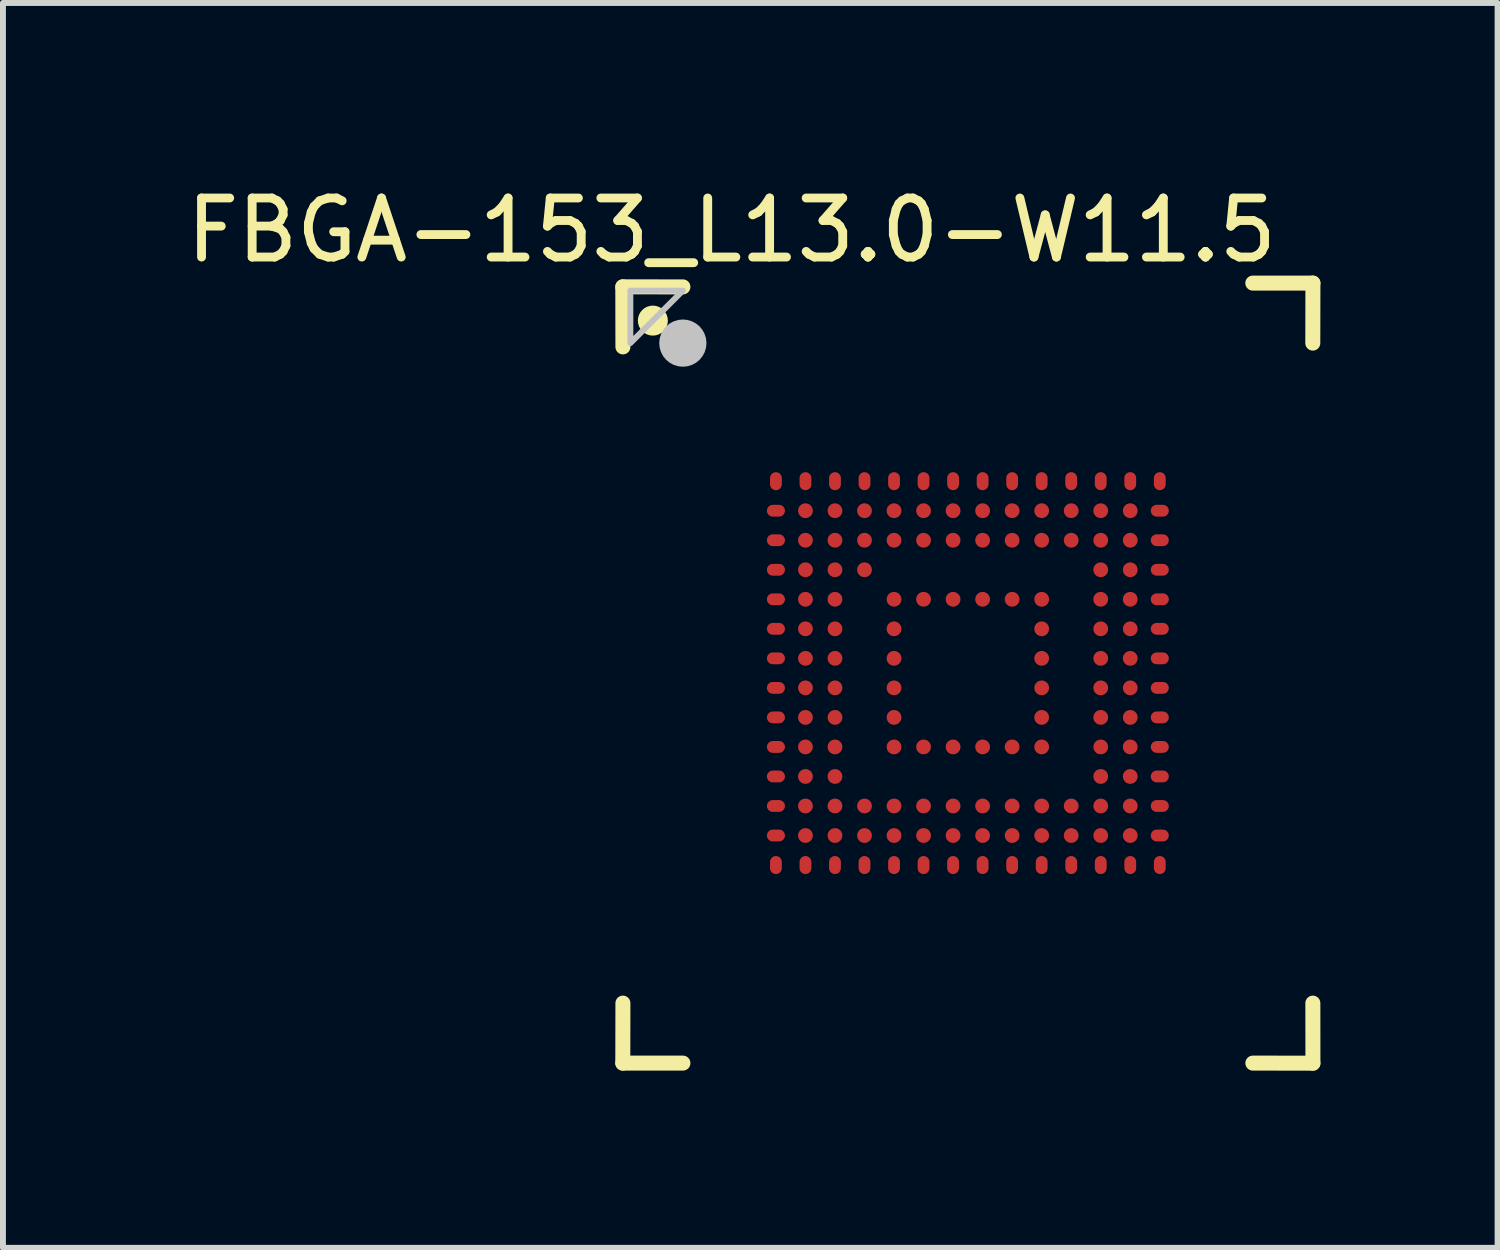
<source format=kicad_pcb>
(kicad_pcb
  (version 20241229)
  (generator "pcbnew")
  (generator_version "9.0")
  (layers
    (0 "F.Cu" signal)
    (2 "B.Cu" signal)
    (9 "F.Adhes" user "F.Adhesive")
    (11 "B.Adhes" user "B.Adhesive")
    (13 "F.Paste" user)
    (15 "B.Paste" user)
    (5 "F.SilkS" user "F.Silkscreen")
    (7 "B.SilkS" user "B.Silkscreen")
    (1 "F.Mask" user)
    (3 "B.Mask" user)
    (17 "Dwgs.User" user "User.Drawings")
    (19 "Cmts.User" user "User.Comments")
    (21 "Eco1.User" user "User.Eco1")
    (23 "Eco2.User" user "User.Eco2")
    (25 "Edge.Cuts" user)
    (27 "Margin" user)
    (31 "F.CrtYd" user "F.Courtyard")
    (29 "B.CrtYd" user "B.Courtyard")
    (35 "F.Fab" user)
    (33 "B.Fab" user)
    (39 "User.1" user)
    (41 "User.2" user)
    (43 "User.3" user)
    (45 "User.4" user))
  (footprint "FBGA-153_L13.0-W11.5"
    (layer "F.Cu")
    (at 13.339 8.348)
    (property "Reference" "FBGA-153_L13.0-W11.5" (at -4 -7.5 0) (layer "F.SilkS") (effects (font (size 1 1) (thickness 0.15))))
    (fp_line (start -5.843 -6.541) (end -5.841 -5.524) (stroke (width 0.254) (type default)) (layer "F.SilkS"))
    (fp_line (start -5.843 6.604) (end -4.825 6.604) (stroke (width 0.254) (type default)) (layer "F.SilkS"))
    (fp_line (start -5.841 5.588) (end -5.843 6.604) (stroke (width 0.254) (type default)) (layer "F.SilkS"))
    (fp_line (start -4.825 -6.54) (end -5.843 -6.541) (stroke (width 0.254) (type default)) (layer "F.SilkS"))
    (fp_line (start 4.826 6.604) (end 5.843 6.605) (stroke (width 0.254) (type default)) (layer "F.SilkS"))
    (fp_line (start 5.841 -5.588) (end 5.843 -6.604) (stroke (width 0.254) (type default)) (layer "F.SilkS"))
    (fp_line (start 5.843 -6.604) (end 4.825 -6.604) (stroke (width 0.254) (type default)) (layer "F.SilkS"))
    (fp_line (start 5.843 6.605) (end 5.842 5.588) (stroke (width 0.254) (type default)) (layer "F.SilkS"))
    (fp_circle (center -5.334 -5.969) (end -5.207 -5.969) (stroke (width 0.254) (type default)) (fill no) (layer "F.SilkS"))
    (fp_poly (pts (xy -3.355 -3.4) (xy -3.145 -3.4) (xy -3.1 -3.355) (xy -3.1 -3.145) (xy -3.145 -3.1) (xy -3.355 -3.1) (xy -3.4 -3.145) (xy -3.4 -3.355)) (stroke (width 0) (type default)) (fill yes) (layer "F.Paste"))
    (fp_poly (pts (xy -3.355 -2.9) (xy -3.145 -2.9) (xy -3.1 -2.855) (xy -3.1 -2.645) (xy -3.145 -2.6) (xy -3.355 -2.6) (xy -3.4 -2.645) (xy -3.4 -2.855)) (stroke (width 0) (type default)) (fill yes) (layer "F.Paste"))
    (fp_poly (pts (xy -3.355 -2.4) (xy -3.145 -2.4) (xy -3.1 -2.355) (xy -3.1 -2.145) (xy -3.145 -2.1) (xy -3.355 -2.1) (xy -3.4 -2.145) (xy -3.4 -2.355)) (stroke (width 0) (type default)) (fill yes) (layer "F.Paste"))
    (fp_poly (pts (xy -3.355 -1.9) (xy -3.145 -1.9) (xy -3.1 -1.855) (xy -3.1 -1.645) (xy -3.145 -1.6) (xy -3.355 -1.6) (xy -3.4 -1.645) (xy -3.4 -1.855)) (stroke (width 0) (type default)) (fill yes) (layer "F.Paste"))
    (fp_poly (pts (xy -3.355 -1.4) (xy -3.145 -1.4) (xy -3.1 -1.355) (xy -3.1 -1.145) (xy -3.145 -1.1) (xy -3.355 -1.1) (xy -3.4 -1.145) (xy -3.4 -1.355)) (stroke (width 0) (type default)) (fill yes) (layer "F.Paste"))
    (fp_poly (pts (xy -3.355 -0.9) (xy -3.145 -0.9) (xy -3.1 -0.855) (xy -3.1 -0.645) (xy -3.145 -0.6) (xy -3.355 -0.6) (xy -3.4 -0.645) (xy -3.4 -0.855)) (stroke (width 0) (type default)) (fill yes) (layer "F.Paste"))
    (fp_poly (pts (xy -3.355 -0.4) (xy -3.145 -0.4) (xy -3.1 -0.355) (xy -3.1 -0.145) (xy -3.145 -0.1) (xy -3.355 -0.1) (xy -3.4 -0.145) (xy -3.4 -0.355)) (stroke (width 0) (type default)) (fill yes) (layer "F.Paste"))
    (fp_poly (pts (xy -3.355 0.1) (xy -3.145 0.1) (xy -3.1 0.145) (xy -3.1 0.355) (xy -3.145 0.4) (xy -3.355 0.4) (xy -3.4 0.355) (xy -3.4 0.145)) (stroke (width 0) (type default)) (fill yes) (layer "F.Paste"))
    (fp_poly (pts (xy -3.355 0.6) (xy -3.145 0.6) (xy -3.1 0.645) (xy -3.1 0.855) (xy -3.145 0.9) (xy -3.355 0.9) (xy -3.4 0.855) (xy -3.4 0.645)) (stroke (width 0) (type default)) (fill yes) (layer "F.Paste"))
    (fp_poly (pts (xy -3.355 1.1) (xy -3.145 1.1) (xy -3.1 1.145) (xy -3.1 1.355) (xy -3.145 1.4) (xy -3.355 1.4) (xy -3.4 1.355) (xy -3.4 1.145)) (stroke (width 0) (type default)) (fill yes) (layer "F.Paste"))
    (fp_poly (pts (xy -3.355 1.6) (xy -3.145 1.6) (xy -3.1 1.645) (xy -3.1 1.855) (xy -3.145 1.9) (xy -3.355 1.9) (xy -3.4 1.855) (xy -3.4 1.645)) (stroke (width 0) (type default)) (fill yes) (layer "F.Paste"))
    (fp_poly (pts (xy -3.355 2.1) (xy -3.145 2.1) (xy -3.1 2.145) (xy -3.1 2.355) (xy -3.145 2.4) (xy -3.355 2.4) (xy -3.4 2.355) (xy -3.4 2.145)) (stroke (width 0) (type default)) (fill yes) (layer "F.Paste"))
    (fp_poly (pts (xy -3.355 2.6) (xy -3.145 2.6) (xy -3.1 2.645) (xy -3.1 2.855) (xy -3.145 2.9) (xy -3.355 2.9) (xy -3.4 2.855) (xy -3.4 2.645)) (stroke (width 0) (type default)) (fill yes) (layer "F.Paste"))
    (fp_poly (pts (xy -3.355 3.1) (xy -3.145 3.1) (xy -3.1 3.145) (xy -3.1 3.355) (xy -3.145 3.4) (xy -3.355 3.4) (xy -3.4 3.355) (xy -3.4 3.145)) (stroke (width 0) (type default)) (fill yes) (layer "F.Paste"))
    (fp_poly (pts (xy -2.855 -3.4) (xy -2.645 -3.4) (xy -2.6 -3.355) (xy -2.6 -3.145) (xy -2.645 -3.1) (xy -2.855 -3.1) (xy -2.9 -3.145) (xy -2.9 -3.355)) (stroke (width 0) (type default)) (fill yes) (layer "F.Paste"))
    (fp_poly (pts (xy -2.855 -2.9) (xy -2.645 -2.9) (xy -2.6 -2.855) (xy -2.6 -2.645) (xy -2.645 -2.6) (xy -2.855 -2.6) (xy -2.9 -2.645) (xy -2.9 -2.855)) (stroke (width 0) (type default)) (fill yes) (layer "F.Paste"))
    (fp_poly (pts (xy -2.855 -2.4) (xy -2.645 -2.4) (xy -2.6 -2.355) (xy -2.6 -2.145) (xy -2.645 -2.1) (xy -2.855 -2.1) (xy -2.9 -2.145) (xy -2.9 -2.355)) (stroke (width 0) (type default)) (fill yes) (layer "F.Paste"))
    (fp_poly (pts (xy -2.855 -1.9) (xy -2.645 -1.9) (xy -2.6 -1.855) (xy -2.6 -1.645) (xy -2.645 -1.6) (xy -2.855 -1.6) (xy -2.9 -1.645) (xy -2.9 -1.855)) (stroke (width 0) (type default)) (fill yes) (layer "F.Paste"))
    (fp_poly (pts (xy -2.855 -1.4) (xy -2.645 -1.4) (xy -2.6 -1.355) (xy -2.6 -1.145) (xy -2.645 -1.1) (xy -2.855 -1.1) (xy -2.9 -1.145) (xy -2.9 -1.355)) (stroke (width 0) (type default)) (fill yes) (layer "F.Paste"))
    (fp_poly (pts (xy -2.855 -0.9) (xy -2.645 -0.9) (xy -2.6 -0.855) (xy -2.6 -0.645) (xy -2.645 -0.6) (xy -2.855 -0.6) (xy -2.9 -0.645) (xy -2.9 -0.855)) (stroke (width 0) (type default)) (fill yes) (layer "F.Paste"))
    (fp_poly (pts (xy -2.855 -0.4) (xy -2.645 -0.4) (xy -2.6 -0.355) (xy -2.6 -0.145) (xy -2.645 -0.1) (xy -2.855 -0.1) (xy -2.9 -0.145) (xy -2.9 -0.355)) (stroke (width 0) (type default)) (fill yes) (layer "F.Paste"))
    (fp_poly (pts (xy -2.855 0.1) (xy -2.645 0.1) (xy -2.6 0.145) (xy -2.6 0.355) (xy -2.645 0.4) (xy -2.855 0.4) (xy -2.9 0.355) (xy -2.9 0.145)) (stroke (width 0) (type default)) (fill yes) (layer "F.Paste"))
    (fp_poly (pts (xy -2.855 0.6) (xy -2.645 0.6) (xy -2.6 0.645) (xy -2.6 0.855) (xy -2.645 0.9) (xy -2.855 0.9) (xy -2.9 0.855) (xy -2.9 0.645)) (stroke (width 0) (type default)) (fill yes) (layer "F.Paste"))
    (fp_poly (pts (xy -2.855 1.1) (xy -2.645 1.1) (xy -2.6 1.145) (xy -2.6 1.355) (xy -2.645 1.4) (xy -2.855 1.4) (xy -2.9 1.355) (xy -2.9 1.145)) (stroke (width 0) (type default)) (fill yes) (layer "F.Paste"))
    (fp_poly (pts (xy -2.855 1.6) (xy -2.645 1.6) (xy -2.6 1.645) (xy -2.6 1.855) (xy -2.645 1.9) (xy -2.855 1.9) (xy -2.9 1.855) (xy -2.9 1.645)) (stroke (width 0) (type default)) (fill yes) (layer "F.Paste"))
    (fp_poly (pts (xy -2.855 2.1) (xy -2.645 2.1) (xy -2.6 2.145) (xy -2.6 2.355) (xy -2.645 2.4) (xy -2.855 2.4) (xy -2.9 2.355) (xy -2.9 2.145)) (stroke (width 0) (type default)) (fill yes) (layer "F.Paste"))
    (fp_poly (pts (xy -2.855 2.6) (xy -2.645 2.6) (xy -2.6 2.645) (xy -2.6 2.855) (xy -2.645 2.9) (xy -2.855 2.9) (xy -2.9 2.855) (xy -2.9 2.645)) (stroke (width 0) (type default)) (fill yes) (layer "F.Paste"))
    (fp_poly (pts (xy -2.855 3.1) (xy -2.645 3.1) (xy -2.6 3.145) (xy -2.6 3.355) (xy -2.645 3.4) (xy -2.855 3.4) (xy -2.9 3.355) (xy -2.9 3.145)) (stroke (width 0) (type default)) (fill yes) (layer "F.Paste"))
    (fp_poly (pts (xy -2.355 -3.4) (xy -2.145 -3.4) (xy -2.1 -3.355) (xy -2.1 -3.145) (xy -2.145 -3.1) (xy -2.355 -3.1) (xy -2.4 -3.145) (xy -2.4 -3.355)) (stroke (width 0) (type default)) (fill yes) (layer "F.Paste"))
    (fp_poly (pts (xy -2.355 -2.9) (xy -2.145 -2.9) (xy -2.1 -2.855) (xy -2.1 -2.645) (xy -2.145 -2.6) (xy -2.355 -2.6) (xy -2.4 -2.645) (xy -2.4 -2.855)) (stroke (width 0) (type default)) (fill yes) (layer "F.Paste"))
    (fp_poly (pts (xy -2.355 -2.4) (xy -2.145 -2.4) (xy -2.1 -2.355) (xy -2.1 -2.145) (xy -2.145 -2.1) (xy -2.355 -2.1) (xy -2.4 -2.145) (xy -2.4 -2.355)) (stroke (width 0) (type default)) (fill yes) (layer "F.Paste"))
    (fp_poly (pts (xy -2.355 -1.9) (xy -2.145 -1.9) (xy -2.1 -1.855) (xy -2.1 -1.645) (xy -2.145 -1.6) (xy -2.355 -1.6) (xy -2.4 -1.645) (xy -2.4 -1.855)) (stroke (width 0) (type default)) (fill yes) (layer "F.Paste"))
    (fp_poly (pts (xy -2.355 -1.4) (xy -2.145 -1.4) (xy -2.1 -1.355) (xy -2.1 -1.145) (xy -2.145 -1.1) (xy -2.355 -1.1) (xy -2.4 -1.145) (xy -2.4 -1.355)) (stroke (width 0) (type default)) (fill yes) (layer "F.Paste"))
    (fp_poly (pts (xy -2.355 -0.9) (xy -2.145 -0.9) (xy -2.1 -0.855) (xy -2.1 -0.645) (xy -2.145 -0.6) (xy -2.355 -0.6) (xy -2.4 -0.645) (xy -2.4 -0.855)) (stroke (width 0) (type default)) (fill yes) (layer "F.Paste"))
    (fp_poly (pts (xy -2.355 -0.4) (xy -2.145 -0.4) (xy -2.1 -0.355) (xy -2.1 -0.145) (xy -2.145 -0.1) (xy -2.355 -0.1) (xy -2.4 -0.145) (xy -2.4 -0.355)) (stroke (width 0) (type default)) (fill yes) (layer "F.Paste"))
    (fp_poly (pts (xy -2.355 0.1) (xy -2.145 0.1) (xy -2.1 0.145) (xy -2.1 0.355) (xy -2.145 0.4) (xy -2.355 0.4) (xy -2.4 0.355) (xy -2.4 0.145)) (stroke (width 0) (type default)) (fill yes) (layer "F.Paste"))
    (fp_poly (pts (xy -2.355 0.6) (xy -2.145 0.6) (xy -2.1 0.645) (xy -2.1 0.855) (xy -2.145 0.9) (xy -2.355 0.9) (xy -2.4 0.855) (xy -2.4 0.645)) (stroke (width 0) (type default)) (fill yes) (layer "F.Paste"))
    (fp_poly (pts (xy -2.355 1.1) (xy -2.145 1.1) (xy -2.1 1.145) (xy -2.1 1.355) (xy -2.145 1.4) (xy -2.355 1.4) (xy -2.4 1.355) (xy -2.4 1.145)) (stroke (width 0) (type default)) (fill yes) (layer "F.Paste"))
    (fp_poly (pts (xy -2.355 1.6) (xy -2.145 1.6) (xy -2.1 1.645) (xy -2.1 1.855) (xy -2.145 1.9) (xy -2.355 1.9) (xy -2.4 1.855) (xy -2.4 1.645)) (stroke (width 0) (type default)) (fill yes) (layer "F.Paste"))
    (fp_poly (pts (xy -2.355 2.1) (xy -2.145 2.1) (xy -2.1 2.145) (xy -2.1 2.355) (xy -2.145 2.4) (xy -2.355 2.4) (xy -2.4 2.355) (xy -2.4 2.145)) (stroke (width 0) (type default)) (fill yes) (layer "F.Paste"))
    (fp_poly (pts (xy -2.355 2.6) (xy -2.145 2.6) (xy -2.1 2.645) (xy -2.1 2.855) (xy -2.145 2.9) (xy -2.355 2.9) (xy -2.4 2.855) (xy -2.4 2.645)) (stroke (width 0) (type default)) (fill yes) (layer "F.Paste"))
    (fp_poly (pts (xy -2.355 3.1) (xy -2.145 3.1) (xy -2.1 3.145) (xy -2.1 3.355) (xy -2.145 3.4) (xy -2.355 3.4) (xy -2.4 3.355) (xy -2.4 3.145)) (stroke (width 0) (type default)) (fill yes) (layer "F.Paste"))
    (fp_poly (pts (xy -1.855 -3.4) (xy -1.645 -3.4) (xy -1.6 -3.355) (xy -1.6 -3.145) (xy -1.645 -3.1) (xy -1.855 -3.1) (xy -1.9 -3.145) (xy -1.9 -3.355)) (stroke (width 0) (type default)) (fill yes) (layer "F.Paste"))
    (fp_poly (pts (xy -1.855 -2.9) (xy -1.645 -2.9) (xy -1.6 -2.855) (xy -1.6 -2.645) (xy -1.645 -2.6) (xy -1.855 -2.6) (xy -1.9 -2.645) (xy -1.9 -2.855)) (stroke (width 0) (type default)) (fill yes) (layer "F.Paste"))
    (fp_poly (pts (xy -1.855 -2.4) (xy -1.645 -2.4) (xy -1.6 -2.355) (xy -1.6 -2.145) (xy -1.645 -2.1) (xy -1.855 -2.1) (xy -1.9 -2.145) (xy -1.9 -2.355)) (stroke (width 0) (type default)) (fill yes) (layer "F.Paste"))
    (fp_poly (pts (xy -1.855 -1.9) (xy -1.645 -1.9) (xy -1.6 -1.855) (xy -1.6 -1.645) (xy -1.645 -1.6) (xy -1.855 -1.6) (xy -1.9 -1.645) (xy -1.9 -1.855)) (stroke (width 0) (type default)) (fill yes) (layer "F.Paste"))
    (fp_poly (pts (xy -1.855 2.1) (xy -1.645 2.1) (xy -1.6 2.145) (xy -1.6 2.355) (xy -1.645 2.4) (xy -1.855 2.4) (xy -1.9 2.355) (xy -1.9 2.145)) (stroke (width 0) (type default)) (fill yes) (layer "F.Paste"))
    (fp_poly (pts (xy -1.855 2.6) (xy -1.645 2.6) (xy -1.6 2.645) (xy -1.6 2.855) (xy -1.645 2.9) (xy -1.855 2.9) (xy -1.9 2.855) (xy -1.9 2.645)) (stroke (width 0) (type default)) (fill yes) (layer "F.Paste"))
    (fp_poly (pts (xy -1.855 3.1) (xy -1.645 3.1) (xy -1.6 3.145) (xy -1.6 3.355) (xy -1.645 3.4) (xy -1.855 3.4) (xy -1.9 3.355) (xy -1.9 3.145)) (stroke (width 0) (type default)) (fill yes) (layer "F.Paste"))
    (fp_poly (pts (xy -1.355 -3.4) (xy -1.145 -3.4) (xy -1.1 -3.355) (xy -1.1 -3.145) (xy -1.145 -3.1) (xy -1.355 -3.1) (xy -1.4 -3.145) (xy -1.4 -3.355)) (stroke (width 0) (type default)) (fill yes) (layer "F.Paste"))
    (fp_poly (pts (xy -1.355 -2.9) (xy -1.145 -2.9) (xy -1.1 -2.855) (xy -1.1 -2.645) (xy -1.145 -2.6) (xy -1.355 -2.6) (xy -1.4 -2.645) (xy -1.4 -2.855)) (stroke (width 0) (type default)) (fill yes) (layer "F.Paste"))
    (fp_poly (pts (xy -1.355 -2.4) (xy -1.145 -2.4) (xy -1.1 -2.355) (xy -1.1 -2.145) (xy -1.145 -2.1) (xy -1.355 -2.1) (xy -1.4 -2.145) (xy -1.4 -2.355)) (stroke (width 0) (type default)) (fill yes) (layer "F.Paste"))
    (fp_poly (pts (xy -1.355 -1.4) (xy -1.145 -1.4) (xy -1.1 -1.355) (xy -1.1 -1.145) (xy -1.145 -1.1) (xy -1.355 -1.1) (xy -1.4 -1.145) (xy -1.4 -1.355)) (stroke (width 0) (type default)) (fill yes) (layer "F.Paste"))
    (fp_poly (pts (xy -1.355 -0.9) (xy -1.145 -0.9) (xy -1.1 -0.855) (xy -1.1 -0.645) (xy -1.145 -0.6) (xy -1.355 -0.6) (xy -1.4 -0.645) (xy -1.4 -0.855)) (stroke (width 0) (type default)) (fill yes) (layer "F.Paste"))
    (fp_poly (pts (xy -1.355 -0.4) (xy -1.145 -0.4) (xy -1.1 -0.355) (xy -1.1 -0.145) (xy -1.145 -0.1) (xy -1.355 -0.1) (xy -1.4 -0.145) (xy -1.4 -0.355)) (stroke (width 0) (type default)) (fill yes) (layer "F.Paste"))
    (fp_poly (pts (xy -1.355 0.1) (xy -1.145 0.1) (xy -1.1 0.145) (xy -1.1 0.355) (xy -1.145 0.4) (xy -1.355 0.4) (xy -1.4 0.355) (xy -1.4 0.145)) (stroke (width 0) (type default)) (fill yes) (layer "F.Paste"))
    (fp_poly (pts (xy -1.355 0.6) (xy -1.145 0.6) (xy -1.1 0.645) (xy -1.1 0.855) (xy -1.145 0.9) (xy -1.355 0.9) (xy -1.4 0.855) (xy -1.4 0.645)) (stroke (width 0) (type default)) (fill yes) (layer "F.Paste"))
    (fp_poly (pts (xy -1.355 1.1) (xy -1.145 1.1) (xy -1.1 1.145) (xy -1.1 1.355) (xy -1.145 1.4) (xy -1.355 1.4) (xy -1.4 1.355) (xy -1.4 1.145)) (stroke (width 0) (type default)) (fill yes) (layer "F.Paste"))
    (fp_poly (pts (xy -1.355 2.1) (xy -1.145 2.1) (xy -1.1 2.145) (xy -1.1 2.355) (xy -1.145 2.4) (xy -1.355 2.4) (xy -1.4 2.355) (xy -1.4 2.145)) (stroke (width 0) (type default)) (fill yes) (layer "F.Paste"))
    (fp_poly (pts (xy -1.355 2.6) (xy -1.145 2.6) (xy -1.1 2.645) (xy -1.1 2.855) (xy -1.145 2.9) (xy -1.355 2.9) (xy -1.4 2.855) (xy -1.4 2.645)) (stroke (width 0) (type default)) (fill yes) (layer "F.Paste"))
    (fp_poly (pts (xy -1.355 3.1) (xy -1.145 3.1) (xy -1.1 3.145) (xy -1.1 3.355) (xy -1.145 3.4) (xy -1.355 3.4) (xy -1.4 3.355) (xy -1.4 3.145)) (stroke (width 0) (type default)) (fill yes) (layer "F.Paste"))
    (fp_poly (pts (xy -0.855 -3.4) (xy -0.645 -3.4) (xy -0.6 -3.355) (xy -0.6 -3.145) (xy -0.645 -3.1) (xy -0.855 -3.1) (xy -0.9 -3.145) (xy -0.9 -3.355)) (stroke (width 0) (type default)) (fill yes) (layer "F.Paste"))
    (fp_poly (pts (xy -0.855 -2.9) (xy -0.645 -2.9) (xy -0.6 -2.855) (xy -0.6 -2.645) (xy -0.645 -2.6) (xy -0.855 -2.6) (xy -0.9 -2.645) (xy -0.9 -2.855)) (stroke (width 0) (type default)) (fill yes) (layer "F.Paste"))
    (fp_poly (pts (xy -0.855 -2.4) (xy -0.645 -2.4) (xy -0.6 -2.355) (xy -0.6 -2.145) (xy -0.645 -2.1) (xy -0.855 -2.1) (xy -0.9 -2.145) (xy -0.9 -2.355)) (stroke (width 0) (type default)) (fill yes) (layer "F.Paste"))
    (fp_poly (pts (xy -0.855 -1.4) (xy -0.645 -1.4) (xy -0.6 -1.355) (xy -0.6 -1.145) (xy -0.645 -1.1) (xy -0.855 -1.1) (xy -0.9 -1.145) (xy -0.9 -1.355)) (stroke (width 0) (type default)) (fill yes) (layer "F.Paste"))
    (fp_poly (pts (xy -0.855 1.1) (xy -0.645 1.1) (xy -0.6 1.145) (xy -0.6 1.355) (xy -0.645 1.4) (xy -0.855 1.4) (xy -0.9 1.355) (xy -0.9 1.145)) (stroke (width 0) (type default)) (fill yes) (layer "F.Paste"))
    (fp_poly (pts (xy -0.855 2.1) (xy -0.645 2.1) (xy -0.6 2.145) (xy -0.6 2.355) (xy -0.645 2.4) (xy -0.855 2.4) (xy -0.9 2.355) (xy -0.9 2.145)) (stroke (width 0) (type default)) (fill yes) (layer "F.Paste"))
    (fp_poly (pts (xy -0.855 2.6) (xy -0.645 2.6) (xy -0.6 2.645) (xy -0.6 2.855) (xy -0.645 2.9) (xy -0.855 2.9) (xy -0.9 2.855) (xy -0.9 2.645)) (stroke (width 0) (type default)) (fill yes) (layer "F.Paste"))
    (fp_poly (pts (xy -0.855 3.1) (xy -0.645 3.1) (xy -0.6 3.145) (xy -0.6 3.355) (xy -0.645 3.4) (xy -0.855 3.4) (xy -0.9 3.355) (xy -0.9 3.145)) (stroke (width 0) (type default)) (fill yes) (layer "F.Paste"))
    (fp_poly (pts (xy -0.355 -3.4) (xy -0.145 -3.4) (xy -0.1 -3.355) (xy -0.1 -3.145) (xy -0.145 -3.1) (xy -0.355 -3.1) (xy -0.4 -3.145) (xy -0.4 -3.355)) (stroke (width 0) (type default)) (fill yes) (layer "F.Paste"))
    (fp_poly (pts (xy -0.355 -2.9) (xy -0.145 -2.9) (xy -0.1 -2.855) (xy -0.1 -2.645) (xy -0.145 -2.6) (xy -0.355 -2.6) (xy -0.4 -2.645) (xy -0.4 -2.855)) (stroke (width 0) (type default)) (fill yes) (layer "F.Paste"))
    (fp_poly (pts (xy -0.355 -2.4) (xy -0.145 -2.4) (xy -0.1 -2.355) (xy -0.1 -2.145) (xy -0.145 -2.1) (xy -0.355 -2.1) (xy -0.4 -2.145) (xy -0.4 -2.355)) (stroke (width 0) (type default)) (fill yes) (layer "F.Paste"))
    (fp_poly (pts (xy -0.355 -1.4) (xy -0.145 -1.4) (xy -0.1 -1.355) (xy -0.1 -1.145) (xy -0.145 -1.1) (xy -0.355 -1.1) (xy -0.4 -1.145) (xy -0.4 -1.355)) (stroke (width 0) (type default)) (fill yes) (layer "F.Paste"))
    (fp_poly (pts (xy -0.355 1.1) (xy -0.145 1.1) (xy -0.1 1.145) (xy -0.1 1.355) (xy -0.145 1.4) (xy -0.355 1.4) (xy -0.4 1.355) (xy -0.4 1.145)) (stroke (width 0) (type default)) (fill yes) (layer "F.Paste"))
    (fp_poly (pts (xy -0.355 2.1) (xy -0.145 2.1) (xy -0.1 2.145) (xy -0.1 2.355) (xy -0.145 2.4) (xy -0.355 2.4) (xy -0.4 2.355) (xy -0.4 2.145)) (stroke (width 0) (type default)) (fill yes) (layer "F.Paste"))
    (fp_poly (pts (xy -0.355 2.6) (xy -0.145 2.6) (xy -0.1 2.645) (xy -0.1 2.855) (xy -0.145 2.9) (xy -0.355 2.9) (xy -0.4 2.855) (xy -0.4 2.645)) (stroke (width 0) (type default)) (fill yes) (layer "F.Paste"))
    (fp_poly (pts (xy -0.355 3.1) (xy -0.145 3.1) (xy -0.1 3.145) (xy -0.1 3.355) (xy -0.145 3.4) (xy -0.355 3.4) (xy -0.4 3.355) (xy -0.4 3.145)) (stroke (width 0) (type default)) (fill yes) (layer "F.Paste"))
    (fp_poly (pts (xy 0.145 -3.4) (xy 0.355 -3.4) (xy 0.4 -3.355) (xy 0.4 -3.145) (xy 0.355 -3.1) (xy 0.145 -3.1) (xy 0.1 -3.145) (xy 0.1 -3.355)) (stroke (width 0) (type default)) (fill yes) (layer "F.Paste"))
    (fp_poly (pts (xy 0.145 -2.9) (xy 0.355 -2.9) (xy 0.4 -2.855) (xy 0.4 -2.645) (xy 0.355 -2.6) (xy 0.145 -2.6) (xy 0.1 -2.645) (xy 0.1 -2.855)) (stroke (width 0) (type default)) (fill yes) (layer "F.Paste"))
    (fp_poly (pts (xy 0.145 -2.4) (xy 0.355 -2.4) (xy 0.4 -2.355) (xy 0.4 -2.145) (xy 0.355 -2.1) (xy 0.145 -2.1) (xy 0.1 -2.145) (xy 0.1 -2.355)) (stroke (width 0) (type default)) (fill yes) (layer "F.Paste"))
    (fp_poly (pts (xy 0.145 -1.4) (xy 0.355 -1.4) (xy 0.4 -1.355) (xy 0.4 -1.145) (xy 0.355 -1.1) (xy 0.145 -1.1) (xy 0.1 -1.145) (xy 0.1 -1.355)) (stroke (width 0) (type default)) (fill yes) (layer "F.Paste"))
    (fp_poly (pts (xy 0.145 1.1) (xy 0.355 1.1) (xy 0.4 1.145) (xy 0.4 1.355) (xy 0.355 1.4) (xy 0.145 1.4) (xy 0.1 1.355) (xy 0.1 1.145)) (stroke (width 0) (type default)) (fill yes) (layer "F.Paste"))
    (fp_poly (pts (xy 0.145 2.1) (xy 0.355 2.1) (xy 0.4 2.145) (xy 0.4 2.355) (xy 0.355 2.4) (xy 0.145 2.4) (xy 0.1 2.355) (xy 0.1 2.145)) (stroke (width 0) (type default)) (fill yes) (layer "F.Paste"))
    (fp_poly (pts (xy 0.145 2.6) (xy 0.355 2.6) (xy 0.4 2.645) (xy 0.4 2.855) (xy 0.355 2.9) (xy 0.145 2.9) (xy 0.1 2.855) (xy 0.1 2.645)) (stroke (width 0) (type default)) (fill yes) (layer "F.Paste"))
    (fp_poly (pts (xy 0.145 3.1) (xy 0.355 3.1) (xy 0.4 3.145) (xy 0.4 3.355) (xy 0.355 3.4) (xy 0.145 3.4) (xy 0.1 3.355) (xy 0.1 3.145)) (stroke (width 0) (type default)) (fill yes) (layer "F.Paste"))
    (fp_poly (pts (xy 0.645 -3.4) (xy 0.855 -3.4) (xy 0.9 -3.355) (xy 0.9 -3.145) (xy 0.855 -3.1) (xy 0.645 -3.1) (xy 0.6 -3.145) (xy 0.6 -3.355)) (stroke (width 0) (type default)) (fill yes) (layer "F.Paste"))
    (fp_poly (pts (xy 0.645 -2.9) (xy 0.855 -2.9) (xy 0.9 -2.855) (xy 0.9 -2.645) (xy 0.855 -2.6) (xy 0.645 -2.6) (xy 0.6 -2.645) (xy 0.6 -2.855)) (stroke (width 0) (type default)) (fill yes) (layer "F.Paste"))
    (fp_poly (pts (xy 0.645 -2.4) (xy 0.855 -2.4) (xy 0.9 -2.355) (xy 0.9 -2.145) (xy 0.855 -2.1) (xy 0.645 -2.1) (xy 0.6 -2.145) (xy 0.6 -2.355)) (stroke (width 0) (type default)) (fill yes) (layer "F.Paste"))
    (fp_poly (pts (xy 0.645 -1.4) (xy 0.855 -1.4) (xy 0.9 -1.355) (xy 0.9 -1.145) (xy 0.855 -1.1) (xy 0.645 -1.1) (xy 0.6 -1.145) (xy 0.6 -1.355)) (stroke (width 0) (type default)) (fill yes) (layer "F.Paste"))
    (fp_poly (pts (xy 0.645 1.1) (xy 0.855 1.1) (xy 0.9 1.145) (xy 0.9 1.355) (xy 0.855 1.4) (xy 0.645 1.4) (xy 0.6 1.355) (xy 0.6 1.145)) (stroke (width 0) (type default)) (fill yes) (layer "F.Paste"))
    (fp_poly (pts (xy 0.645 2.1) (xy 0.855 2.1) (xy 0.9 2.145) (xy 0.9 2.355) (xy 0.855 2.4) (xy 0.645 2.4) (xy 0.6 2.355) (xy 0.6 2.145)) (stroke (width 0) (type default)) (fill yes) (layer "F.Paste"))
    (fp_poly (pts (xy 0.645 2.6) (xy 0.855 2.6) (xy 0.9 2.645) (xy 0.9 2.855) (xy 0.855 2.9) (xy 0.645 2.9) (xy 0.6 2.855) (xy 0.6 2.645)) (stroke (width 0) (type default)) (fill yes) (layer "F.Paste"))
    (fp_poly (pts (xy 0.645 3.1) (xy 0.855 3.1) (xy 0.9 3.145) (xy 0.9 3.355) (xy 0.855 3.4) (xy 0.645 3.4) (xy 0.6 3.355) (xy 0.6 3.145)) (stroke (width 0) (type default)) (fill yes) (layer "F.Paste"))
    (fp_poly (pts (xy 1.145 -3.4) (xy 1.355 -3.4) (xy 1.4 -3.355) (xy 1.4 -3.145) (xy 1.355 -3.1) (xy 1.145 -3.1) (xy 1.1 -3.145) (xy 1.1 -3.355)) (stroke (width 0) (type default)) (fill yes) (layer "F.Paste"))
    (fp_poly (pts (xy 1.145 -2.9) (xy 1.355 -2.9) (xy 1.4 -2.855) (xy 1.4 -2.645) (xy 1.355 -2.6) (xy 1.145 -2.6) (xy 1.1 -2.645) (xy 1.1 -2.855)) (stroke (width 0) (type default)) (fill yes) (layer "F.Paste"))
    (fp_poly (pts (xy 1.145 -2.4) (xy 1.355 -2.4) (xy 1.4 -2.355) (xy 1.4 -2.145) (xy 1.355 -2.1) (xy 1.145 -2.1) (xy 1.1 -2.145) (xy 1.1 -2.355)) (stroke (width 0) (type default)) (fill yes) (layer "F.Paste"))
    (fp_poly (pts (xy 1.145 -1.4) (xy 1.355 -1.4) (xy 1.4 -1.355) (xy 1.4 -1.145) (xy 1.355 -1.1) (xy 1.145 -1.1) (xy 1.1 -1.145) (xy 1.1 -1.355)) (stroke (width 0) (type default)) (fill yes) (layer "F.Paste"))
    (fp_poly (pts (xy 1.145 -0.9) (xy 1.355 -0.9) (xy 1.4 -0.855) (xy 1.4 -0.645) (xy 1.355 -0.6) (xy 1.145 -0.6) (xy 1.1 -0.645) (xy 1.1 -0.855)) (stroke (width 0) (type default)) (fill yes) (layer "F.Paste"))
    (fp_poly (pts (xy 1.145 -0.4) (xy 1.355 -0.4) (xy 1.4 -0.355) (xy 1.4 -0.145) (xy 1.355 -0.1) (xy 1.145 -0.1) (xy 1.1 -0.145) (xy 1.1 -0.355)) (stroke (width 0) (type default)) (fill yes) (layer "F.Paste"))
    (fp_poly (pts (xy 1.145 0.1) (xy 1.355 0.1) (xy 1.4 0.145) (xy 1.4 0.355) (xy 1.355 0.4) (xy 1.145 0.4) (xy 1.1 0.355) (xy 1.1 0.145)) (stroke (width 0) (type default)) (fill yes) (layer "F.Paste"))
    (fp_poly (pts (xy 1.145 0.6) (xy 1.355 0.6) (xy 1.4 0.645) (xy 1.4 0.855) (xy 1.355 0.9) (xy 1.145 0.9) (xy 1.1 0.855) (xy 1.1 0.645)) (stroke (width 0) (type default)) (fill yes) (layer "F.Paste"))
    (fp_poly (pts (xy 1.145 1.1) (xy 1.355 1.1) (xy 1.4 1.145) (xy 1.4 1.355) (xy 1.355 1.4) (xy 1.145 1.4) (xy 1.1 1.355) (xy 1.1 1.145)) (stroke (width 0) (type default)) (fill yes) (layer "F.Paste"))
    (fp_poly (pts (xy 1.145 2.1) (xy 1.355 2.1) (xy 1.4 2.145) (xy 1.4 2.355) (xy 1.355 2.4) (xy 1.145 2.4) (xy 1.1 2.355) (xy 1.1 2.145)) (stroke (width 0) (type default)) (fill yes) (layer "F.Paste"))
    (fp_poly (pts (xy 1.145 2.6) (xy 1.355 2.6) (xy 1.4 2.645) (xy 1.4 2.855) (xy 1.355 2.9) (xy 1.145 2.9) (xy 1.1 2.855) (xy 1.1 2.645)) (stroke (width 0) (type default)) (fill yes) (layer "F.Paste"))
    (fp_poly (pts (xy 1.145 3.1) (xy 1.355 3.1) (xy 1.4 3.145) (xy 1.4 3.355) (xy 1.355 3.4) (xy 1.145 3.4) (xy 1.1 3.355) (xy 1.1 3.145)) (stroke (width 0) (type default)) (fill yes) (layer "F.Paste"))
    (fp_poly (pts (xy 1.645 -3.4) (xy 1.855 -3.4) (xy 1.9 -3.355) (xy 1.9 -3.145) (xy 1.855 -3.1) (xy 1.645 -3.1) (xy 1.6 -3.145) (xy 1.6 -3.355)) (stroke (width 0) (type default)) (fill yes) (layer "F.Paste"))
    (fp_poly (pts (xy 1.645 -2.9) (xy 1.855 -2.9) (xy 1.9 -2.855) (xy 1.9 -2.645) (xy 1.855 -2.6) (xy 1.645 -2.6) (xy 1.6 -2.645) (xy 1.6 -2.855)) (stroke (width 0) (type default)) (fill yes) (layer "F.Paste"))
    (fp_poly (pts (xy 1.645 -2.4) (xy 1.855 -2.4) (xy 1.9 -2.355) (xy 1.9 -2.145) (xy 1.855 -2.1) (xy 1.645 -2.1) (xy 1.6 -2.145) (xy 1.6 -2.355)) (stroke (width 0) (type default)) (fill yes) (layer "F.Paste"))
    (fp_poly (pts (xy 1.645 2.1) (xy 1.855 2.1) (xy 1.9 2.145) (xy 1.9 2.355) (xy 1.855 2.4) (xy 1.645 2.4) (xy 1.6 2.355) (xy 1.6 2.145)) (stroke (width 0) (type default)) (fill yes) (layer "F.Paste"))
    (fp_poly (pts (xy 1.645 2.6) (xy 1.855 2.6) (xy 1.9 2.645) (xy 1.9 2.855) (xy 1.855 2.9) (xy 1.645 2.9) (xy 1.6 2.855) (xy 1.6 2.645)) (stroke (width 0) (type default)) (fill yes) (layer "F.Paste"))
    (fp_poly (pts (xy 1.645 3.1) (xy 1.855 3.1) (xy 1.9 3.145) (xy 1.9 3.355) (xy 1.855 3.4) (xy 1.645 3.4) (xy 1.6 3.355) (xy 1.6 3.145)) (stroke (width 0) (type default)) (fill yes) (layer "F.Paste"))
    (fp_poly (pts (xy 2.145 -3.4) (xy 2.355 -3.4) (xy 2.4 -3.355) (xy 2.4 -3.145) (xy 2.355 -3.1) (xy 2.145 -3.1) (xy 2.1 -3.145) (xy 2.1 -3.355)) (stroke (width 0) (type default)) (fill yes) (layer "F.Paste"))
    (fp_poly (pts (xy 2.145 -2.9) (xy 2.355 -2.9) (xy 2.4 -2.855) (xy 2.4 -2.645) (xy 2.355 -2.6) (xy 2.145 -2.6) (xy 2.1 -2.645) (xy 2.1 -2.855)) (stroke (width 0) (type default)) (fill yes) (layer "F.Paste"))
    (fp_poly (pts (xy 2.145 -2.4) (xy 2.355 -2.4) (xy 2.4 -2.355) (xy 2.4 -2.145) (xy 2.355 -2.1) (xy 2.145 -2.1) (xy 2.1 -2.145) (xy 2.1 -2.355)) (stroke (width 0) (type default)) (fill yes) (layer "F.Paste"))
    (fp_poly (pts (xy 2.145 -1.9) (xy 2.355 -1.9) (xy 2.4 -1.855) (xy 2.4 -1.645) (xy 2.355 -1.6) (xy 2.145 -1.6) (xy 2.1 -1.645) (xy 2.1 -1.855)) (stroke (width 0) (type default)) (fill yes) (layer "F.Paste"))
    (fp_poly (pts (xy 2.145 -1.4) (xy 2.355 -1.4) (xy 2.4 -1.355) (xy 2.4 -1.145) (xy 2.355 -1.1) (xy 2.145 -1.1) (xy 2.1 -1.145) (xy 2.1 -1.355)) (stroke (width 0) (type default)) (fill yes) (layer "F.Paste"))
    (fp_poly (pts (xy 2.145 -0.9) (xy 2.355 -0.9) (xy 2.4 -0.855) (xy 2.4 -0.645) (xy 2.355 -0.6) (xy 2.145 -0.6) (xy 2.1 -0.645) (xy 2.1 -0.855)) (stroke (width 0) (type default)) (fill yes) (layer "F.Paste"))
    (fp_poly (pts (xy 2.145 -0.4) (xy 2.355 -0.4) (xy 2.4 -0.355) (xy 2.4 -0.145) (xy 2.355 -0.1) (xy 2.145 -0.1) (xy 2.1 -0.145) (xy 2.1 -0.355)) (stroke (width 0) (type default)) (fill yes) (layer "F.Paste"))
    (fp_poly (pts (xy 2.145 0.1) (xy 2.355 0.1) (xy 2.4 0.145) (xy 2.4 0.355) (xy 2.355 0.4) (xy 2.145 0.4) (xy 2.1 0.355) (xy 2.1 0.145)) (stroke (width 0) (type default)) (fill yes) (layer "F.Paste"))
    (fp_poly (pts (xy 2.145 0.6) (xy 2.355 0.6) (xy 2.4 0.645) (xy 2.4 0.855) (xy 2.355 0.9) (xy 2.145 0.9) (xy 2.1 0.855) (xy 2.1 0.645)) (stroke (width 0) (type default)) (fill yes) (layer "F.Paste"))
    (fp_poly (pts (xy 2.145 1.1) (xy 2.355 1.1) (xy 2.4 1.145) (xy 2.4 1.355) (xy 2.355 1.4) (xy 2.145 1.4) (xy 2.1 1.355) (xy 2.1 1.145)) (stroke (width 0) (type default)) (fill yes) (layer "F.Paste"))
    (fp_poly (pts (xy 2.145 1.6) (xy 2.355 1.6) (xy 2.4 1.645) (xy 2.4 1.855) (xy 2.355 1.9) (xy 2.145 1.9) (xy 2.1 1.855) (xy 2.1 1.645)) (stroke (width 0) (type default)) (fill yes) (layer "F.Paste"))
    (fp_poly (pts (xy 2.145 2.1) (xy 2.355 2.1) (xy 2.4 2.145) (xy 2.4 2.355) (xy 2.355 2.4) (xy 2.145 2.4) (xy 2.1 2.355) (xy 2.1 2.145)) (stroke (width 0) (type default)) (fill yes) (layer "F.Paste"))
    (fp_poly (pts (xy 2.145 2.6) (xy 2.355 2.6) (xy 2.4 2.645) (xy 2.4 2.855) (xy 2.355 2.9) (xy 2.145 2.9) (xy 2.1 2.855) (xy 2.1 2.645)) (stroke (width 0) (type default)) (fill yes) (layer "F.Paste"))
    (fp_poly (pts (xy 2.145 3.1) (xy 2.355 3.1) (xy 2.4 3.145) (xy 2.4 3.355) (xy 2.355 3.4) (xy 2.145 3.4) (xy 2.1 3.355) (xy 2.1 3.145)) (stroke (width 0) (type default)) (fill yes) (layer "F.Paste"))
    (fp_poly (pts (xy 2.645 -3.4) (xy 2.855 -3.4) (xy 2.9 -3.355) (xy 2.9 -3.145) (xy 2.855 -3.1) (xy 2.645 -3.1) (xy 2.6 -3.145) (xy 2.6 -3.355)) (stroke (width 0) (type default)) (fill yes) (layer "F.Paste"))
    (fp_poly (pts (xy 2.645 -2.9) (xy 2.855 -2.9) (xy 2.9 -2.855) (xy 2.9 -2.645) (xy 2.855 -2.6) (xy 2.645 -2.6) (xy 2.6 -2.645) (xy 2.6 -2.855)) (stroke (width 0) (type default)) (fill yes) (layer "F.Paste"))
    (fp_poly (pts (xy 2.645 -2.4) (xy 2.855 -2.4) (xy 2.9 -2.355) (xy 2.9 -2.145) (xy 2.855 -2.1) (xy 2.645 -2.1) (xy 2.6 -2.145) (xy 2.6 -2.355)) (stroke (width 0) (type default)) (fill yes) (layer "F.Paste"))
    (fp_poly (pts (xy 2.645 -1.9) (xy 2.855 -1.9) (xy 2.9 -1.855) (xy 2.9 -1.645) (xy 2.855 -1.6) (xy 2.645 -1.6) (xy 2.6 -1.645) (xy 2.6 -1.855)) (stroke (width 0) (type default)) (fill yes) (layer "F.Paste"))
    (fp_poly (pts (xy 2.645 -1.4) (xy 2.855 -1.4) (xy 2.9 -1.355) (xy 2.9 -1.145) (xy 2.855 -1.1) (xy 2.645 -1.1) (xy 2.6 -1.145) (xy 2.6 -1.355)) (stroke (width 0) (type default)) (fill yes) (layer "F.Paste"))
    (fp_poly (pts (xy 2.645 -0.9) (xy 2.855 -0.9) (xy 2.9 -0.855) (xy 2.9 -0.645) (xy 2.855 -0.6) (xy 2.645 -0.6) (xy 2.6 -0.645) (xy 2.6 -0.855)) (stroke (width 0) (type default)) (fill yes) (layer "F.Paste"))
    (fp_poly (pts (xy 2.645 -0.4) (xy 2.855 -0.4) (xy 2.9 -0.355) (xy 2.9 -0.145) (xy 2.855 -0.1) (xy 2.645 -0.1) (xy 2.6 -0.145) (xy 2.6 -0.355)) (stroke (width 0) (type default)) (fill yes) (layer "F.Paste"))
    (fp_poly (pts (xy 2.645 0.1) (xy 2.855 0.1) (xy 2.9 0.145) (xy 2.9 0.355) (xy 2.855 0.4) (xy 2.645 0.4) (xy 2.6 0.355) (xy 2.6 0.145)) (stroke (width 0) (type default)) (fill yes) (layer "F.Paste"))
    (fp_poly (pts (xy 2.645 0.6) (xy 2.855 0.6) (xy 2.9 0.645) (xy 2.9 0.855) (xy 2.855 0.9) (xy 2.645 0.9) (xy 2.6 0.855) (xy 2.6 0.645)) (stroke (width 0) (type default)) (fill yes) (layer "F.Paste"))
    (fp_poly (pts (xy 2.645 1.1) (xy 2.855 1.1) (xy 2.9 1.145) (xy 2.9 1.355) (xy 2.855 1.4) (xy 2.645 1.4) (xy 2.6 1.355) (xy 2.6 1.145)) (stroke (width 0) (type default)) (fill yes) (layer "F.Paste"))
    (fp_poly (pts (xy 2.645 1.6) (xy 2.855 1.6) (xy 2.9 1.645) (xy 2.9 1.855) (xy 2.855 1.9) (xy 2.645 1.9) (xy 2.6 1.855) (xy 2.6 1.645)) (stroke (width 0) (type default)) (fill yes) (layer "F.Paste"))
    (fp_poly (pts (xy 2.645 2.1) (xy 2.855 2.1) (xy 2.9 2.145) (xy 2.9 2.355) (xy 2.855 2.4) (xy 2.645 2.4) (xy 2.6 2.355) (xy 2.6 2.145)) (stroke (width 0) (type default)) (fill yes) (layer "F.Paste"))
    (fp_poly (pts (xy 2.645 2.6) (xy 2.855 2.6) (xy 2.9 2.645) (xy 2.9 2.855) (xy 2.855 2.9) (xy 2.645 2.9) (xy 2.6 2.855) (xy 2.6 2.645)) (stroke (width 0) (type default)) (fill yes) (layer "F.Paste"))
    (fp_poly (pts (xy 2.645 3.1) (xy 2.855 3.1) (xy 2.9 3.145) (xy 2.9 3.355) (xy 2.855 3.4) (xy 2.645 3.4) (xy 2.6 3.355) (xy 2.6 3.145)) (stroke (width 0) (type default)) (fill yes) (layer "F.Paste"))
    (fp_poly (pts (xy 3.145 -3.4) (xy 3.355 -3.4) (xy 3.4 -3.355) (xy 3.4 -3.145) (xy 3.355 -3.1) (xy 3.145 -3.1) (xy 3.1 -3.145) (xy 3.1 -3.355)) (stroke (width 0) (type default)) (fill yes) (layer "F.Paste"))
    (fp_poly (pts (xy 3.145 -2.9) (xy 3.355 -2.9) (xy 3.4 -2.855) (xy 3.4 -2.645) (xy 3.355 -2.6) (xy 3.145 -2.6) (xy 3.1 -2.645) (xy 3.1 -2.855)) (stroke (width 0) (type default)) (fill yes) (layer "F.Paste"))
    (fp_poly (pts (xy 3.145 -2.4) (xy 3.355 -2.4) (xy 3.4 -2.355) (xy 3.4 -2.145) (xy 3.355 -2.1) (xy 3.145 -2.1) (xy 3.1 -2.145) (xy 3.1 -2.355)) (stroke (width 0) (type default)) (fill yes) (layer "F.Paste"))
    (fp_poly (pts (xy 3.145 -1.9) (xy 3.355 -1.9) (xy 3.4 -1.855) (xy 3.4 -1.645) (xy 3.355 -1.6) (xy 3.145 -1.6) (xy 3.1 -1.645) (xy 3.1 -1.855)) (stroke (width 0) (type default)) (fill yes) (layer "F.Paste"))
    (fp_poly (pts (xy 3.145 -1.4) (xy 3.355 -1.4) (xy 3.4 -1.355) (xy 3.4 -1.145) (xy 3.355 -1.1) (xy 3.145 -1.1) (xy 3.1 -1.145) (xy 3.1 -1.355)) (stroke (width 0) (type default)) (fill yes) (layer "F.Paste"))
    (fp_poly (pts (xy 3.145 -0.9) (xy 3.355 -0.9) (xy 3.4 -0.855) (xy 3.4 -0.645) (xy 3.355 -0.6) (xy 3.145 -0.6) (xy 3.1 -0.645) (xy 3.1 -0.855)) (stroke (width 0) (type default)) (fill yes) (layer "F.Paste"))
    (fp_poly (pts (xy 3.145 -0.4) (xy 3.355 -0.4) (xy 3.4 -0.355) (xy 3.4 -0.145) (xy 3.355 -0.1) (xy 3.145 -0.1) (xy 3.1 -0.145) (xy 3.1 -0.355)) (stroke (width 0) (type default)) (fill yes) (layer "F.Paste"))
    (fp_poly (pts (xy 3.145 0.1) (xy 3.355 0.1) (xy 3.4 0.145) (xy 3.4 0.355) (xy 3.355 0.4) (xy 3.145 0.4) (xy 3.1 0.355) (xy 3.1 0.145)) (stroke (width 0) (type default)) (fill yes) (layer "F.Paste"))
    (fp_poly (pts (xy 3.145 0.6) (xy 3.355 0.6) (xy 3.4 0.645) (xy 3.4 0.855) (xy 3.355 0.9) (xy 3.145 0.9) (xy 3.1 0.855) (xy 3.1 0.645)) (stroke (width 0) (type default)) (fill yes) (layer "F.Paste"))
    (fp_poly (pts (xy 3.145 1.1) (xy 3.355 1.1) (xy 3.4 1.145) (xy 3.4 1.355) (xy 3.355 1.4) (xy 3.145 1.4) (xy 3.1 1.355) (xy 3.1 1.145)) (stroke (width 0) (type default)) (fill yes) (layer "F.Paste"))
    (fp_poly (pts (xy 3.145 1.6) (xy 3.355 1.6) (xy 3.4 1.645) (xy 3.4 1.855) (xy 3.355 1.9) (xy 3.145 1.9) (xy 3.1 1.855) (xy 3.1 1.645)) (stroke (width 0) (type default)) (fill yes) (layer "F.Paste"))
    (fp_poly (pts (xy 3.145 2.1) (xy 3.355 2.1) (xy 3.4 2.145) (xy 3.4 2.355) (xy 3.355 2.4) (xy 3.145 2.4) (xy 3.1 2.355) (xy 3.1 2.145)) (stroke (width 0) (type default)) (fill yes) (layer "F.Paste"))
    (fp_poly (pts (xy 3.145 2.6) (xy 3.355 2.6) (xy 3.4 2.645) (xy 3.4 2.855) (xy 3.355 2.9) (xy 3.145 2.9) (xy 3.1 2.855) (xy 3.1 2.645)) (stroke (width 0) (type default)) (fill yes) (layer "F.Paste"))
    (fp_poly (pts (xy 3.145 3.1) (xy 3.355 3.1) (xy 3.4 3.145) (xy 3.4 3.355) (xy 3.355 3.4) (xy 3.145 3.4) (xy 3.1 3.355) (xy 3.1 3.145)) (stroke (width 0) (type default)) (fill yes) (layer "F.Paste"))
    (fp_circle (center -4.826 -5.588) (end -4.626 -5.588) (stroke (width 0.4) (type default)) (fill no) (layer "Dwgs.User"))
    (fp_poly (pts (xy -4.826 -6.477) (xy -5.715 -6.477) (xy -5.715 -5.588)) (stroke (width 0.1) (type default)) (fill no) (layer "Dwgs.User"))
    (fp_poly (pts (xy -3.1 -3.25) (xy -3.12 -3.325) (xy -3.175 -3.38) (xy -3.25 -3.4) (xy -3.325 -3.38) (xy -3.38 -3.325) (xy -3.4 -3.25) (xy -3.38 -3.175) (xy -3.325 -3.12) (xy -3.25 -3.1) (xy -3.175 -3.12) (xy -3.12 -3.175)) (stroke (width 0.1) (type default)) (fill no) (layer "User.1"))
    (fp_poly (pts (xy -3.1 -2.75) (xy -3.12 -2.825) (xy -3.175 -2.88) (xy -3.25 -2.9) (xy -3.325 -2.88) (xy -3.38 -2.825) (xy -3.4 -2.75) (xy -3.38 -2.675) (xy -3.325 -2.62) (xy -3.25 -2.6) (xy -3.175 -2.62) (xy -3.12 -2.675)) (stroke (width 0.1) (type default)) (fill no) (layer "User.1"))
    (fp_poly (pts (xy -3.1 -2.25) (xy -3.12 -2.325) (xy -3.175 -2.38) (xy -3.25 -2.4) (xy -3.325 -2.38) (xy -3.38 -2.325) (xy -3.4 -2.25) (xy -3.38 -2.175) (xy -3.325 -2.12) (xy -3.25 -2.1) (xy -3.175 -2.12) (xy -3.12 -2.175)) (stroke (width 0.1) (type default)) (fill no) (layer "User.1"))
    (fp_poly (pts (xy -3.1 -1.75) (xy -3.12 -1.825) (xy -3.175 -1.88) (xy -3.25 -1.9) (xy -3.325 -1.88) (xy -3.38 -1.825) (xy -3.4 -1.75) (xy -3.38 -1.675) (xy -3.325 -1.62) (xy -3.25 -1.6) (xy -3.175 -1.62) (xy -3.12 -1.675)) (stroke (width 0.1) (type default)) (fill no) (layer "User.1"))
    (fp_poly (pts (xy -3.1 -1.25) (xy -3.12 -1.325) (xy -3.175 -1.38) (xy -3.25 -1.4) (xy -3.325 -1.38) (xy -3.38 -1.325) (xy -3.4 -1.25) (xy -3.38 -1.175) (xy -3.325 -1.12) (xy -3.25 -1.1) (xy -3.175 -1.12) (xy -3.12 -1.175)) (stroke (width 0.1) (type default)) (fill no) (layer "User.1"))
    (fp_poly (pts (xy -3.1 -0.75) (xy -3.12 -0.825) (xy -3.175 -0.88) (xy -3.25 -0.9) (xy -3.325 -0.88) (xy -3.38 -0.825) (xy -3.4 -0.75) (xy -3.38 -0.675) (xy -3.325 -0.62) (xy -3.25 -0.6) (xy -3.175 -0.62) (xy -3.12 -0.675)) (stroke (width 0.1) (type default)) (fill no) (layer "User.1"))
    (fp_poly (pts (xy -3.1 -0.25) (xy -3.12 -0.325) (xy -3.175 -0.38) (xy -3.25 -0.4) (xy -3.325 -0.38) (xy -3.38 -0.325) (xy -3.4 -0.25) (xy -3.38 -0.175) (xy -3.325 -0.12) (xy -3.25 -0.1) (xy -3.175 -0.12) (xy -3.12 -0.175)) (stroke (width 0.1) (type default)) (fill no) (layer "User.1"))
    (fp_poly (pts (xy -3.1 0.25) (xy -3.12 0.175) (xy -3.175 0.12) (xy -3.25 0.1) (xy -3.325 0.12) (xy -3.38 0.175) (xy -3.4 0.25) (xy -3.38 0.325) (xy -3.325 0.38) (xy -3.25 0.4) (xy -3.175 0.38) (xy -3.12 0.325)) (stroke (width 0.1) (type default)) (fill no) (layer "User.1"))
    (fp_poly (pts (xy -3.1 0.75) (xy -3.12 0.675) (xy -3.175 0.62) (xy -3.25 0.6) (xy -3.325 0.62) (xy -3.38 0.675) (xy -3.4 0.75) (xy -3.38 0.825) (xy -3.325 0.88) (xy -3.25 0.9) (xy -3.175 0.88) (xy -3.12 0.825)) (stroke (width 0.1) (type default)) (fill no) (layer "User.1"))
    (fp_poly (pts (xy -3.1 1.25) (xy -3.12 1.175) (xy -3.175 1.12) (xy -3.25 1.1) (xy -3.325 1.12) (xy -3.38 1.175) (xy -3.4 1.25) (xy -3.38 1.325) (xy -3.325 1.38) (xy -3.25 1.4) (xy -3.175 1.38) (xy -3.12 1.325)) (stroke (width 0.1) (type default)) (fill no) (layer "User.1"))
    (fp_poly (pts (xy -3.1 1.75) (xy -3.12 1.675) (xy -3.175 1.62) (xy -3.25 1.6) (xy -3.325 1.62) (xy -3.38 1.675) (xy -3.4 1.75) (xy -3.38 1.825) (xy -3.325 1.88) (xy -3.25 1.9) (xy -3.175 1.88) (xy -3.12 1.825)) (stroke (width 0.1) (type default)) (fill no) (layer "User.1"))
    (fp_poly (pts (xy -3.1 2.25) (xy -3.12 2.175) (xy -3.175 2.12) (xy -3.25 2.1) (xy -3.325 2.12) (xy -3.38 2.175) (xy -3.4 2.25) (xy -3.38 2.325) (xy -3.325 2.38) (xy -3.25 2.4) (xy -3.175 2.38) (xy -3.12 2.325)) (stroke (width 0.1) (type default)) (fill no) (layer "User.1"))
    (fp_poly (pts (xy -3.1 2.75) (xy -3.12 2.675) (xy -3.175 2.62) (xy -3.25 2.6) (xy -3.325 2.62) (xy -3.38 2.675) (xy -3.4 2.75) (xy -3.38 2.825) (xy -3.325 2.88) (xy -3.25 2.9) (xy -3.175 2.88) (xy -3.12 2.825)) (stroke (width 0.1) (type default)) (fill no) (layer "User.1"))
    (fp_poly (pts (xy -3.1 3.25) (xy -3.12 3.175) (xy -3.175 3.12) (xy -3.25 3.1) (xy -3.325 3.12) (xy -3.38 3.175) (xy -3.4 3.25) (xy -3.38 3.325) (xy -3.325 3.38) (xy -3.25 3.4) (xy -3.175 3.38) (xy -3.12 3.325)) (stroke (width 0.1) (type default)) (fill no) (layer "User.1"))
    (fp_poly (pts (xy -2.6 -3.25) (xy -2.62 -3.325) (xy -2.675 -3.38) (xy -2.75 -3.4) (xy -2.825 -3.38) (xy -2.88 -3.325) (xy -2.9 -3.25) (xy -2.88 -3.175) (xy -2.825 -3.12) (xy -2.75 -3.1) (xy -2.675 -3.12) (xy -2.62 -3.175)) (stroke (width 0.1) (type default)) (fill no) (layer "User.1"))
    (fp_poly (pts (xy -2.6 -2.75) (xy -2.62 -2.825) (xy -2.675 -2.88) (xy -2.75 -2.9) (xy -2.825 -2.88) (xy -2.88 -2.825) (xy -2.9 -2.75) (xy -2.88 -2.675) (xy -2.825 -2.62) (xy -2.75 -2.6) (xy -2.675 -2.62) (xy -2.62 -2.675)) (stroke (width 0.1) (type default)) (fill no) (layer "User.1"))
    (fp_poly (pts (xy -2.6 -2.25) (xy -2.62 -2.325) (xy -2.675 -2.38) (xy -2.75 -2.4) (xy -2.825 -2.38) (xy -2.88 -2.325) (xy -2.9 -2.25) (xy -2.88 -2.175) (xy -2.825 -2.12) (xy -2.75 -2.1) (xy -2.675 -2.12) (xy -2.62 -2.175)) (stroke (width 0.1) (type default)) (fill no) (layer "User.1"))
    (fp_poly (pts (xy -2.6 -1.75) (xy -2.62 -1.825) (xy -2.675 -1.88) (xy -2.75 -1.9) (xy -2.825 -1.88) (xy -2.88 -1.825) (xy -2.9 -1.75) (xy -2.88 -1.675) (xy -2.825 -1.62) (xy -2.75 -1.6) (xy -2.675 -1.62) (xy -2.62 -1.675)) (stroke (width 0.1) (type default)) (fill no) (layer "User.1"))
    (fp_poly (pts (xy -2.6 -1.25) (xy -2.62 -1.325) (xy -2.675 -1.38) (xy -2.75 -1.4) (xy -2.825 -1.38) (xy -2.88 -1.325) (xy -2.9 -1.25) (xy -2.88 -1.175) (xy -2.825 -1.12) (xy -2.75 -1.1) (xy -2.675 -1.12) (xy -2.62 -1.175)) (stroke (width 0.1) (type default)) (fill no) (layer "User.1"))
    (fp_poly (pts (xy -2.6 -0.75) (xy -2.62 -0.825) (xy -2.675 -0.88) (xy -2.75 -0.9) (xy -2.825 -0.88) (xy -2.88 -0.825) (xy -2.9 -0.75) (xy -2.88 -0.675) (xy -2.825 -0.62) (xy -2.75 -0.6) (xy -2.675 -0.62) (xy -2.62 -0.675)) (stroke (width 0.1) (type default)) (fill no) (layer "User.1"))
    (fp_poly (pts (xy -2.6 -0.25) (xy -2.62 -0.325) (xy -2.675 -0.38) (xy -2.75 -0.4) (xy -2.825 -0.38) (xy -2.88 -0.325) (xy -2.9 -0.25) (xy -2.88 -0.175) (xy -2.825 -0.12) (xy -2.75 -0.1) (xy -2.675 -0.12) (xy -2.62 -0.175)) (stroke (width 0.1) (type default)) (fill no) (layer "User.1"))
    (fp_poly (pts (xy -2.6 0.25) (xy -2.62 0.175) (xy -2.675 0.12) (xy -2.75 0.1) (xy -2.825 0.12) (xy -2.88 0.175) (xy -2.9 0.25) (xy -2.88 0.325) (xy -2.825 0.38) (xy -2.75 0.4) (xy -2.675 0.38) (xy -2.62 0.325)) (stroke (width 0.1) (type default)) (fill no) (layer "User.1"))
    (fp_poly (pts (xy -2.6 0.75) (xy -2.62 0.675) (xy -2.675 0.62) (xy -2.75 0.6) (xy -2.825 0.62) (xy -2.88 0.675) (xy -2.9 0.75) (xy -2.88 0.825) (xy -2.825 0.88) (xy -2.75 0.9) (xy -2.675 0.88) (xy -2.62 0.825)) (stroke (width 0.1) (type default)) (fill no) (layer "User.1"))
    (fp_poly (pts (xy -2.6 1.25) (xy -2.62 1.175) (xy -2.675 1.12) (xy -2.75 1.1) (xy -2.825 1.12) (xy -2.88 1.175) (xy -2.9 1.25) (xy -2.88 1.325) (xy -2.825 1.38) (xy -2.75 1.4) (xy -2.675 1.38) (xy -2.62 1.325)) (stroke (width 0.1) (type default)) (fill no) (layer "User.1"))
    (fp_poly (pts (xy -2.6 1.75) (xy -2.62 1.675) (xy -2.675 1.62) (xy -2.75 1.6) (xy -2.825 1.62) (xy -2.88 1.675) (xy -2.9 1.75) (xy -2.88 1.825) (xy -2.825 1.88) (xy -2.75 1.9) (xy -2.675 1.88) (xy -2.62 1.825)) (stroke (width 0.1) (type default)) (fill no) (layer "User.1"))
    (fp_poly (pts (xy -2.6 2.25) (xy -2.62 2.175) (xy -2.675 2.12) (xy -2.75 2.1) (xy -2.825 2.12) (xy -2.88 2.175) (xy -2.9 2.25) (xy -2.88 2.325) (xy -2.825 2.38) (xy -2.75 2.4) (xy -2.675 2.38) (xy -2.62 2.325)) (stroke (width 0.1) (type default)) (fill no) (layer "User.1"))
    (fp_poly (pts (xy -2.6 2.75) (xy -2.62 2.675) (xy -2.675 2.62) (xy -2.75 2.6) (xy -2.825 2.62) (xy -2.88 2.675) (xy -2.9 2.75) (xy -2.88 2.825) (xy -2.825 2.88) (xy -2.75 2.9) (xy -2.675 2.88) (xy -2.62 2.825)) (stroke (width 0.1) (type default)) (fill no) (layer "User.1"))
    (fp_poly (pts (xy -2.6 3.25) (xy -2.62 3.175) (xy -2.675 3.12) (xy -2.75 3.1) (xy -2.825 3.12) (xy -2.88 3.175) (xy -2.9 3.25) (xy -2.88 3.325) (xy -2.825 3.38) (xy -2.75 3.4) (xy -2.675 3.38) (xy -2.62 3.325)) (stroke (width 0.1) (type default)) (fill no) (layer "User.1"))
    (fp_poly (pts (xy -2.1 -3.25) (xy -2.12 -3.325) (xy -2.175 -3.38) (xy -2.25 -3.4) (xy -2.325 -3.38) (xy -2.38 -3.325) (xy -2.4 -3.25) (xy -2.38 -3.175) (xy -2.325 -3.12) (xy -2.25 -3.1) (xy -2.175 -3.12) (xy -2.12 -3.175)) (stroke (width 0.1) (type default)) (fill no) (layer "User.1"))
    (fp_poly (pts (xy -2.1 -2.75) (xy -2.12 -2.825) (xy -2.175 -2.88) (xy -2.25 -2.9) (xy -2.325 -2.88) (xy -2.38 -2.825) (xy -2.4 -2.75) (xy -2.38 -2.675) (xy -2.325 -2.62) (xy -2.25 -2.6) (xy -2.175 -2.62) (xy -2.12 -2.675)) (stroke (width 0.1) (type default)) (fill no) (layer "User.1"))
    (fp_poly (pts (xy -2.1 -2.25) (xy -2.12 -2.325) (xy -2.175 -2.38) (xy -2.25 -2.4) (xy -2.325 -2.38) (xy -2.38 -2.325) (xy -2.4 -2.25) (xy -2.38 -2.175) (xy -2.325 -2.12) (xy -2.25 -2.1) (xy -2.175 -2.12) (xy -2.12 -2.175)) (stroke (width 0.1) (type default)) (fill no) (layer "User.1"))
    (fp_poly (pts (xy -2.1 -1.75) (xy -2.12 -1.825) (xy -2.175 -1.88) (xy -2.25 -1.9) (xy -2.325 -1.88) (xy -2.38 -1.825) (xy -2.4 -1.75) (xy -2.38 -1.675) (xy -2.325 -1.62) (xy -2.25 -1.6) (xy -2.175 -1.62) (xy -2.12 -1.675)) (stroke (width 0.1) (type default)) (fill no) (layer "User.1"))
    (fp_poly (pts (xy -2.1 -1.25) (xy -2.12 -1.325) (xy -2.175 -1.38) (xy -2.25 -1.4) (xy -2.325 -1.38) (xy -2.38 -1.325) (xy -2.4 -1.25) (xy -2.38 -1.175) (xy -2.325 -1.12) (xy -2.25 -1.1) (xy -2.175 -1.12) (xy -2.12 -1.175)) (stroke (width 0.1) (type default)) (fill no) (layer "User.1"))
    (fp_poly (pts (xy -2.1 -0.75) (xy -2.12 -0.825) (xy -2.175 -0.88) (xy -2.25 -0.9) (xy -2.325 -0.88) (xy -2.38 -0.825) (xy -2.4 -0.75) (xy -2.38 -0.675) (xy -2.325 -0.62) (xy -2.25 -0.6) (xy -2.175 -0.62) (xy -2.12 -0.675)) (stroke (width 0.1) (type default)) (fill no) (layer "User.1"))
    (fp_poly (pts (xy -2.1 -0.25) (xy -2.12 -0.325) (xy -2.175 -0.38) (xy -2.25 -0.4) (xy -2.325 -0.38) (xy -2.38 -0.325) (xy -2.4 -0.25) (xy -2.38 -0.175) (xy -2.325 -0.12) (xy -2.25 -0.1) (xy -2.175 -0.12) (xy -2.12 -0.175)) (stroke (width 0.1) (type default)) (fill no) (layer "User.1"))
    (fp_poly (pts (xy -2.1 0.25) (xy -2.12 0.175) (xy -2.175 0.12) (xy -2.25 0.1) (xy -2.325 0.12) (xy -2.38 0.175) (xy -2.4 0.25) (xy -2.38 0.325) (xy -2.325 0.38) (xy -2.25 0.4) (xy -2.175 0.38) (xy -2.12 0.325)) (stroke (width 0.1) (type default)) (fill no) (layer "User.1"))
    (fp_poly (pts (xy -2.1 0.75) (xy -2.12 0.675) (xy -2.175 0.62) (xy -2.25 0.6) (xy -2.325 0.62) (xy -2.38 0.675) (xy -2.4 0.75) (xy -2.38 0.825) (xy -2.325 0.88) (xy -2.25 0.9) (xy -2.175 0.88) (xy -2.12 0.825)) (stroke (width 0.1) (type default)) (fill no) (layer "User.1"))
    (fp_poly (pts (xy -2.1 1.25) (xy -2.12 1.175) (xy -2.175 1.12) (xy -2.25 1.1) (xy -2.325 1.12) (xy -2.38 1.175) (xy -2.4 1.25) (xy -2.38 1.325) (xy -2.325 1.38) (xy -2.25 1.4) (xy -2.175 1.38) (xy -2.12 1.325)) (stroke (width 0.1) (type default)) (fill no) (layer "User.1"))
    (fp_poly (pts (xy -2.1 1.75) (xy -2.12 1.675) (xy -2.175 1.62) (xy -2.25 1.6) (xy -2.325 1.62) (xy -2.38 1.675) (xy -2.4 1.75) (xy -2.38 1.825) (xy -2.325 1.88) (xy -2.25 1.9) (xy -2.175 1.88) (xy -2.12 1.825)) (stroke (width 0.1) (type default)) (fill no) (layer "User.1"))
    (fp_poly (pts (xy -2.1 2.25) (xy -2.12 2.175) (xy -2.175 2.12) (xy -2.25 2.1) (xy -2.325 2.12) (xy -2.38 2.175) (xy -2.4 2.25) (xy -2.38 2.325) (xy -2.325 2.38) (xy -2.25 2.4) (xy -2.175 2.38) (xy -2.12 2.325)) (stroke (width 0.1) (type default)) (fill no) (layer "User.1"))
    (fp_poly (pts (xy -2.1 2.75) (xy -2.12 2.675) (xy -2.175 2.62) (xy -2.25 2.6) (xy -2.325 2.62) (xy -2.38 2.675) (xy -2.4 2.75) (xy -2.38 2.825) (xy -2.325 2.88) (xy -2.25 2.9) (xy -2.175 2.88) (xy -2.12 2.825)) (stroke (width 0.1) (type default)) (fill no) (layer "User.1"))
    (fp_poly (pts (xy -2.1 3.25) (xy -2.12 3.175) (xy -2.175 3.12) (xy -2.25 3.1) (xy -2.325 3.12) (xy -2.38 3.175) (xy -2.4 3.25) (xy -2.38 3.325) (xy -2.325 3.38) (xy -2.25 3.4) (xy -2.175 3.38) (xy -2.12 3.325)) (stroke (width 0.1) (type default)) (fill no) (layer "User.1"))
    (fp_poly (pts (xy -1.6 -3.25) (xy -1.62 -3.325) (xy -1.675 -3.38) (xy -1.75 -3.4) (xy -1.825 -3.38) (xy -1.88 -3.325) (xy -1.9 -3.25) (xy -1.88 -3.175) (xy -1.825 -3.12) (xy -1.75 -3.1) (xy -1.675 -3.12) (xy -1.62 -3.175)) (stroke (width 0.1) (type default)) (fill no) (layer "User.1"))
    (fp_poly (pts (xy -1.6 -2.75) (xy -1.62 -2.825) (xy -1.675 -2.88) (xy -1.75 -2.9) (xy -1.825 -2.88) (xy -1.88 -2.825) (xy -1.9 -2.75) (xy -1.88 -2.675) (xy -1.825 -2.62) (xy -1.75 -2.6) (xy -1.675 -2.62) (xy -1.62 -2.675)) (stroke (width 0.1) (type default)) (fill no) (layer "User.1"))
    (fp_poly (pts (xy -1.6 -2.25) (xy -1.62 -2.325) (xy -1.675 -2.38) (xy -1.75 -2.4) (xy -1.825 -2.38) (xy -1.88 -2.325) (xy -1.9 -2.25) (xy -1.88 -2.175) (xy -1.825 -2.12) (xy -1.75 -2.1) (xy -1.675 -2.12) (xy -1.62 -2.175)) (stroke (width 0.1) (type default)) (fill no) (layer "User.1"))
    (fp_poly (pts (xy -1.6 -1.75) (xy -1.62 -1.825) (xy -1.675 -1.88) (xy -1.75 -1.9) (xy -1.825 -1.88) (xy -1.88 -1.825) (xy -1.9 -1.75) (xy -1.88 -1.675) (xy -1.825 -1.62) (xy -1.75 -1.6) (xy -1.675 -1.62) (xy -1.62 -1.675)) (stroke (width 0.1) (type default)) (fill no) (layer "User.1"))
    (fp_poly (pts (xy -1.6 2.25) (xy -1.62 2.175) (xy -1.675 2.12) (xy -1.75 2.1) (xy -1.825 2.12) (xy -1.88 2.175) (xy -1.9 2.25) (xy -1.88 2.325) (xy -1.825 2.38) (xy -1.75 2.4) (xy -1.675 2.38) (xy -1.62 2.325)) (stroke (width 0.1) (type default)) (fill no) (layer "User.1"))
    (fp_poly (pts (xy -1.6 2.75) (xy -1.62 2.675) (xy -1.675 2.62) (xy -1.75 2.6) (xy -1.825 2.62) (xy -1.88 2.675) (xy -1.9 2.75) (xy -1.88 2.825) (xy -1.825 2.88) (xy -1.75 2.9) (xy -1.675 2.88) (xy -1.62 2.825)) (stroke (width 0.1) (type default)) (fill no) (layer "User.1"))
    (fp_poly (pts (xy -1.6 3.25) (xy -1.62 3.175) (xy -1.675 3.12) (xy -1.75 3.1) (xy -1.825 3.12) (xy -1.88 3.175) (xy -1.9 3.25) (xy -1.88 3.325) (xy -1.825 3.38) (xy -1.75 3.4) (xy -1.675 3.38) (xy -1.62 3.325)) (stroke (width 0.1) (type default)) (fill no) (layer "User.1"))
    (fp_poly (pts (xy -1.1 -3.25) (xy -1.12 -3.325) (xy -1.175 -3.38) (xy -1.25 -3.4) (xy -1.325 -3.38) (xy -1.38 -3.325) (xy -1.4 -3.25) (xy -1.38 -3.175) (xy -1.325 -3.12) (xy -1.25 -3.1) (xy -1.175 -3.12) (xy -1.12 -3.175)) (stroke (width 0.1) (type default)) (fill no) (layer "User.1"))
    (fp_poly (pts (xy -1.1 -2.75) (xy -1.12 -2.825) (xy -1.175 -2.88) (xy -1.25 -2.9) (xy -1.325 -2.88) (xy -1.38 -2.825) (xy -1.4 -2.75) (xy -1.38 -2.675) (xy -1.325 -2.62) (xy -1.25 -2.6) (xy -1.175 -2.62) (xy -1.12 -2.675)) (stroke (width 0.1) (type default)) (fill no) (layer "User.1"))
    (fp_poly (pts (xy -1.1 -2.25) (xy -1.12 -2.325) (xy -1.175 -2.38) (xy -1.25 -2.4) (xy -1.325 -2.38) (xy -1.38 -2.325) (xy -1.4 -2.25) (xy -1.38 -2.175) (xy -1.325 -2.12) (xy -1.25 -2.1) (xy -1.175 -2.12) (xy -1.12 -2.175)) (stroke (width 0.1) (type default)) (fill no) (layer "User.1"))
    (fp_poly (pts (xy -1.1 -1.25) (xy -1.12 -1.325) (xy -1.175 -1.38) (xy -1.25 -1.4) (xy -1.325 -1.38) (xy -1.38 -1.325) (xy -1.4 -1.25) (xy -1.38 -1.175) (xy -1.325 -1.12) (xy -1.25 -1.1) (xy -1.175 -1.12) (xy -1.12 -1.175)) (stroke (width 0.1) (type default)) (fill no) (layer "User.1"))
    (fp_poly (pts (xy -1.1 -0.75) (xy -1.12 -0.825) (xy -1.175 -0.88) (xy -1.25 -0.9) (xy -1.325 -0.88) (xy -1.38 -0.825) (xy -1.4 -0.75) (xy -1.38 -0.675) (xy -1.325 -0.62) (xy -1.25 -0.6) (xy -1.175 -0.62) (xy -1.12 -0.675)) (stroke (width 0.1) (type default)) (fill no) (layer "User.1"))
    (fp_poly (pts (xy -1.1 -0.25) (xy -1.12 -0.325) (xy -1.175 -0.38) (xy -1.25 -0.4) (xy -1.325 -0.38) (xy -1.38 -0.325) (xy -1.4 -0.25) (xy -1.38 -0.175) (xy -1.325 -0.12) (xy -1.25 -0.1) (xy -1.175 -0.12) (xy -1.12 -0.175)) (stroke (width 0.1) (type default)) (fill no) (layer "User.1"))
    (fp_poly (pts (xy -1.1 0.25) (xy -1.12 0.175) (xy -1.175 0.12) (xy -1.25 0.1) (xy -1.325 0.12) (xy -1.38 0.175) (xy -1.4 0.25) (xy -1.38 0.325) (xy -1.325 0.38) (xy -1.25 0.4) (xy -1.175 0.38) (xy -1.12 0.325)) (stroke (width 0.1) (type default)) (fill no) (layer "User.1"))
    (fp_poly (pts (xy -1.1 0.75) (xy -1.12 0.675) (xy -1.175 0.62) (xy -1.25 0.6) (xy -1.325 0.62) (xy -1.38 0.675) (xy -1.4 0.75) (xy -1.38 0.825) (xy -1.325 0.88) (xy -1.25 0.9) (xy -1.175 0.88) (xy -1.12 0.825)) (stroke (width 0.1) (type default)) (fill no) (layer "User.1"))
    (fp_poly (pts (xy -1.1 1.25) (xy -1.12 1.175) (xy -1.175 1.12) (xy -1.25 1.1) (xy -1.325 1.12) (xy -1.38 1.175) (xy -1.4 1.25) (xy -1.38 1.325) (xy -1.325 1.38) (xy -1.25 1.4) (xy -1.175 1.38) (xy -1.12 1.325)) (stroke (width 0.1) (type default)) (fill no) (layer "User.1"))
    (fp_poly (pts (xy -1.1 2.25) (xy -1.12 2.175) (xy -1.175 2.12) (xy -1.25 2.1) (xy -1.325 2.12) (xy -1.38 2.175) (xy -1.4 2.25) (xy -1.38 2.325) (xy -1.325 2.38) (xy -1.25 2.4) (xy -1.175 2.38) (xy -1.12 2.325)) (stroke (width 0.1) (type default)) (fill no) (layer "User.1"))
    (fp_poly (pts (xy -1.1 2.75) (xy -1.12 2.675) (xy -1.175 2.62) (xy -1.25 2.6) (xy -1.325 2.62) (xy -1.38 2.675) (xy -1.4 2.75) (xy -1.38 2.825) (xy -1.325 2.88) (xy -1.25 2.9) (xy -1.175 2.88) (xy -1.12 2.825)) (stroke (width 0.1) (type default)) (fill no) (layer "User.1"))
    (fp_poly (pts (xy -1.1 3.25) (xy -1.12 3.175) (xy -1.175 3.12) (xy -1.25 3.1) (xy -1.325 3.12) (xy -1.38 3.175) (xy -1.4 3.25) (xy -1.38 3.325) (xy -1.325 3.38) (xy -1.25 3.4) (xy -1.175 3.38) (xy -1.12 3.325)) (stroke (width 0.1) (type default)) (fill no) (layer "User.1"))
    (fp_poly (pts (xy -0.6 -3.25) (xy -0.62 -3.325) (xy -0.675 -3.38) (xy -0.75 -3.4) (xy -0.825 -3.38) (xy -0.88 -3.325) (xy -0.9 -3.25) (xy -0.88 -3.175) (xy -0.825 -3.12) (xy -0.75 -3.1) (xy -0.675 -3.12) (xy -0.62 -3.175)) (stroke (width 0.1) (type default)) (fill no) (layer "User.1"))
    (fp_poly (pts (xy -0.6 -2.75) (xy -0.62 -2.825) (xy -0.675 -2.88) (xy -0.75 -2.9) (xy -0.825 -2.88) (xy -0.88 -2.825) (xy -0.9 -2.75) (xy -0.88 -2.675) (xy -0.825 -2.62) (xy -0.75 -2.6) (xy -0.675 -2.62) (xy -0.62 -2.675)) (stroke (width 0.1) (type default)) (fill no) (layer "User.1"))
    (fp_poly (pts (xy -0.6 -2.25) (xy -0.62 -2.325) (xy -0.675 -2.38) (xy -0.75 -2.4) (xy -0.825 -2.38) (xy -0.88 -2.325) (xy -0.9 -2.25) (xy -0.88 -2.175) (xy -0.825 -2.12) (xy -0.75 -2.1) (xy -0.675 -2.12) (xy -0.62 -2.175)) (stroke (width 0.1) (type default)) (fill no) (layer "User.1"))
    (fp_poly (pts (xy -0.6 -1.25) (xy -0.62 -1.325) (xy -0.675 -1.38) (xy -0.75 -1.4) (xy -0.825 -1.38) (xy -0.88 -1.325) (xy -0.9 -1.25) (xy -0.88 -1.175) (xy -0.825 -1.12) (xy -0.75 -1.1) (xy -0.675 -1.12) (xy -0.62 -1.175)) (stroke (width 0.1) (type default)) (fill no) (layer "User.1"))
    (fp_poly (pts (xy -0.6 1.25) (xy -0.62 1.175) (xy -0.675 1.12) (xy -0.75 1.1) (xy -0.825 1.12) (xy -0.88 1.175) (xy -0.9 1.25) (xy -0.88 1.325) (xy -0.825 1.38) (xy -0.75 1.4) (xy -0.675 1.38) (xy -0.62 1.325)) (stroke (width 0.1) (type default)) (fill no) (layer "User.1"))
    (fp_poly (pts (xy -0.6 2.25) (xy -0.62 2.175) (xy -0.675 2.12) (xy -0.75 2.1) (xy -0.825 2.12) (xy -0.88 2.175) (xy -0.9 2.25) (xy -0.88 2.325) (xy -0.825 2.38) (xy -0.75 2.4) (xy -0.675 2.38) (xy -0.62 2.325)) (stroke (width 0.1) (type default)) (fill no) (layer "User.1"))
    (fp_poly (pts (xy -0.6 2.75) (xy -0.62 2.675) (xy -0.675 2.62) (xy -0.75 2.6) (xy -0.825 2.62) (xy -0.88 2.675) (xy -0.9 2.75) (xy -0.88 2.825) (xy -0.825 2.88) (xy -0.75 2.9) (xy -0.675 2.88) (xy -0.62 2.825)) (stroke (width 0.1) (type default)) (fill no) (layer "User.1"))
    (fp_poly (pts (xy -0.6 3.25) (xy -0.62 3.175) (xy -0.675 3.12) (xy -0.75 3.1) (xy -0.825 3.12) (xy -0.88 3.175) (xy -0.9 3.25) (xy -0.88 3.325) (xy -0.825 3.38) (xy -0.75 3.4) (xy -0.675 3.38) (xy -0.62 3.325)) (stroke (width 0.1) (type default)) (fill no) (layer "User.1"))
    (fp_poly (pts (xy -0.1 -3.25) (xy -0.12 -3.325) (xy -0.175 -3.38) (xy -0.25 -3.4) (xy -0.325 -3.38) (xy -0.38 -3.325) (xy -0.4 -3.25) (xy -0.38 -3.175) (xy -0.325 -3.12) (xy -0.25 -3.1) (xy -0.175 -3.12) (xy -0.12 -3.175)) (stroke (width 0.1) (type default)) (fill no) (layer "User.1"))
    (fp_poly (pts (xy -0.1 -2.75) (xy -0.12 -2.825) (xy -0.175 -2.88) (xy -0.25 -2.9) (xy -0.325 -2.88) (xy -0.38 -2.825) (xy -0.4 -2.75) (xy -0.38 -2.675) (xy -0.325 -2.62) (xy -0.25 -2.6) (xy -0.175 -2.62) (xy -0.12 -2.675)) (stroke (width 0.1) (type default)) (fill no) (layer "User.1"))
    (fp_poly (pts (xy -0.1 -2.25) (xy -0.12 -2.325) (xy -0.175 -2.38) (xy -0.25 -2.4) (xy -0.325 -2.38) (xy -0.38 -2.325) (xy -0.4 -2.25) (xy -0.38 -2.175) (xy -0.325 -2.12) (xy -0.25 -2.1) (xy -0.175 -2.12) (xy -0.12 -2.175)) (stroke (width 0.1) (type default)) (fill no) (layer "User.1"))
    (fp_poly (pts (xy -0.1 -1.25) (xy -0.12 -1.325) (xy -0.175 -1.38) (xy -0.25 -1.4) (xy -0.325 -1.38) (xy -0.38 -1.325) (xy -0.4 -1.25) (xy -0.38 -1.175) (xy -0.325 -1.12) (xy -0.25 -1.1) (xy -0.175 -1.12) (xy -0.12 -1.175)) (stroke (width 0.1) (type default)) (fill no) (layer "User.1"))
    (fp_poly (pts (xy -0.1 1.25) (xy -0.12 1.175) (xy -0.175 1.12) (xy -0.25 1.1) (xy -0.325 1.12) (xy -0.38 1.175) (xy -0.4 1.25) (xy -0.38 1.325) (xy -0.325 1.38) (xy -0.25 1.4) (xy -0.175 1.38) (xy -0.12 1.325)) (stroke (width 0.1) (type default)) (fill no) (layer "User.1"))
    (fp_poly (pts (xy -0.1 2.25) (xy -0.12 2.175) (xy -0.175 2.12) (xy -0.25 2.1) (xy -0.325 2.12) (xy -0.38 2.175) (xy -0.4 2.25) (xy -0.38 2.325) (xy -0.325 2.38) (xy -0.25 2.4) (xy -0.175 2.38) (xy -0.12 2.325)) (stroke (width 0.1) (type default)) (fill no) (layer "User.1"))
    (fp_poly (pts (xy -0.1 2.75) (xy -0.12 2.675) (xy -0.175 2.62) (xy -0.25 2.6) (xy -0.325 2.62) (xy -0.38 2.675) (xy -0.4 2.75) (xy -0.38 2.825) (xy -0.325 2.88) (xy -0.25 2.9) (xy -0.175 2.88) (xy -0.12 2.825)) (stroke (width 0.1) (type default)) (fill no) (layer "User.1"))
    (fp_poly (pts (xy -0.1 3.25) (xy -0.12 3.175) (xy -0.175 3.12) (xy -0.25 3.1) (xy -0.325 3.12) (xy -0.38 3.175) (xy -0.4 3.25) (xy -0.38 3.325) (xy -0.325 3.38) (xy -0.25 3.4) (xy -0.175 3.38) (xy -0.12 3.325)) (stroke (width 0.1) (type default)) (fill no) (layer "User.1"))
    (fp_poly (pts (xy 0.4 -3.25) (xy 0.38 -3.325) (xy 0.325 -3.38) (xy 0.25 -3.4) (xy 0.175 -3.38) (xy 0.12 -3.325) (xy 0.1 -3.25) (xy 0.12 -3.175) (xy 0.175 -3.12) (xy 0.25 -3.1) (xy 0.325 -3.12) (xy 0.38 -3.175)) (stroke (width 0.1) (type default)) (fill no) (layer "User.1"))
    (fp_poly (pts (xy 0.4 -2.75) (xy 0.38 -2.825) (xy 0.325 -2.88) (xy 0.25 -2.9) (xy 0.175 -2.88) (xy 0.12 -2.825) (xy 0.1 -2.75) (xy 0.12 -2.675) (xy 0.175 -2.62) (xy 0.25 -2.6) (xy 0.325 -2.62) (xy 0.38 -2.675)) (stroke (width 0.1) (type default)) (fill no) (layer "User.1"))
    (fp_poly (pts (xy 0.4 -2.25) (xy 0.38 -2.325) (xy 0.325 -2.38) (xy 0.25 -2.4) (xy 0.175 -2.38) (xy 0.12 -2.325) (xy 0.1 -2.25) (xy 0.12 -2.175) (xy 0.175 -2.12) (xy 0.25 -2.1) (xy 0.325 -2.12) (xy 0.38 -2.175)) (stroke (width 0.1) (type default)) (fill no) (layer "User.1"))
    (fp_poly (pts (xy 0.4 -1.25) (xy 0.38 -1.325) (xy 0.325 -1.38) (xy 0.25 -1.4) (xy 0.175 -1.38) (xy 0.12 -1.325) (xy 0.1 -1.25) (xy 0.12 -1.175) (xy 0.175 -1.12) (xy 0.25 -1.1) (xy 0.325 -1.12) (xy 0.38 -1.175)) (stroke (width 0.1) (type default)) (fill no) (layer "User.1"))
    (fp_poly (pts (xy 0.4 1.25) (xy 0.38 1.175) (xy 0.325 1.12) (xy 0.25 1.1) (xy 0.175 1.12) (xy 0.12 1.175) (xy 0.1 1.25) (xy 0.12 1.325) (xy 0.175 1.38) (xy 0.25 1.4) (xy 0.325 1.38) (xy 0.38 1.325)) (stroke (width 0.1) (type default)) (fill no) (layer "User.1"))
    (fp_poly (pts (xy 0.4 2.25) (xy 0.38 2.175) (xy 0.325 2.12) (xy 0.25 2.1) (xy 0.175 2.12) (xy 0.12 2.175) (xy 0.1 2.25) (xy 0.12 2.325) (xy 0.175 2.38) (xy 0.25 2.4) (xy 0.325 2.38) (xy 0.38 2.325)) (stroke (width 0.1) (type default)) (fill no) (layer "User.1"))
    (fp_poly (pts (xy 0.4 2.75) (xy 0.38 2.675) (xy 0.325 2.62) (xy 0.25 2.6) (xy 0.175 2.62) (xy 0.12 2.675) (xy 0.1 2.75) (xy 0.12 2.825) (xy 0.175 2.88) (xy 0.25 2.9) (xy 0.325 2.88) (xy 0.38 2.825)) (stroke (width 0.1) (type default)) (fill no) (layer "User.1"))
    (fp_poly (pts (xy 0.4 3.25) (xy 0.38 3.175) (xy 0.325 3.12) (xy 0.25 3.1) (xy 0.175 3.12) (xy 0.12 3.175) (xy 0.1 3.25) (xy 0.12 3.325) (xy 0.175 3.38) (xy 0.25 3.4) (xy 0.325 3.38) (xy 0.38 3.325)) (stroke (width 0.1) (type default)) (fill no) (layer "User.1"))
    (fp_poly (pts (xy 0.9 -3.25) (xy 0.88 -3.325) (xy 0.825 -3.38) (xy 0.75 -3.4) (xy 0.675 -3.38) (xy 0.62 -3.325) (xy 0.6 -3.25) (xy 0.62 -3.175) (xy 0.675 -3.12) (xy 0.75 -3.1) (xy 0.825 -3.12) (xy 0.88 -3.175)) (stroke (width 0.1) (type default)) (fill no) (layer "User.1"))
    (fp_poly (pts (xy 0.9 -2.75) (xy 0.88 -2.825) (xy 0.825 -2.88) (xy 0.75 -2.9) (xy 0.675 -2.88) (xy 0.62 -2.825) (xy 0.6 -2.75) (xy 0.62 -2.675) (xy 0.675 -2.62) (xy 0.75 -2.6) (xy 0.825 -2.62) (xy 0.88 -2.675)) (stroke (width 0.1) (type default)) (fill no) (layer "User.1"))
    (fp_poly (pts (xy 0.9 -2.25) (xy 0.88 -2.325) (xy 0.825 -2.38) (xy 0.75 -2.4) (xy 0.675 -2.38) (xy 0.62 -2.325) (xy 0.6 -2.25) (xy 0.62 -2.175) (xy 0.675 -2.12) (xy 0.75 -2.1) (xy 0.825 -2.12) (xy 0.88 -2.175)) (stroke (width 0.1) (type default)) (fill no) (layer "User.1"))
    (fp_poly (pts (xy 0.9 -1.25) (xy 0.88 -1.325) (xy 0.825 -1.38) (xy 0.75 -1.4) (xy 0.675 -1.38) (xy 0.62 -1.325) (xy 0.6 -1.25) (xy 0.62 -1.175) (xy 0.675 -1.12) (xy 0.75 -1.1) (xy 0.825 -1.12) (xy 0.88 -1.175)) (stroke (width 0.1) (type default)) (fill no) (layer "User.1"))
    (fp_poly (pts (xy 0.9 1.25) (xy 0.88 1.175) (xy 0.825 1.12) (xy 0.75 1.1) (xy 0.675 1.12) (xy 0.62 1.175) (xy 0.6 1.25) (xy 0.62 1.325) (xy 0.675 1.38) (xy 0.75 1.4) (xy 0.825 1.38) (xy 0.88 1.325)) (stroke (width 0.1) (type default)) (fill no) (layer "User.1"))
    (fp_poly (pts (xy 0.9 2.25) (xy 0.88 2.175) (xy 0.825 2.12) (xy 0.75 2.1) (xy 0.675 2.12) (xy 0.62 2.175) (xy 0.6 2.25) (xy 0.62 2.325) (xy 0.675 2.38) (xy 0.75 2.4) (xy 0.825 2.38) (xy 0.88 2.325)) (stroke (width 0.1) (type default)) (fill no) (layer "User.1"))
    (fp_poly (pts (xy 0.9 2.75) (xy 0.88 2.675) (xy 0.825 2.62) (xy 0.75 2.6) (xy 0.675 2.62) (xy 0.62 2.675) (xy 0.6 2.75) (xy 0.62 2.825) (xy 0.675 2.88) (xy 0.75 2.9) (xy 0.825 2.88) (xy 0.88 2.825)) (stroke (width 0.1) (type default)) (fill no) (layer "User.1"))
    (fp_poly (pts (xy 0.9 3.25) (xy 0.88 3.175) (xy 0.825 3.12) (xy 0.75 3.1) (xy 0.675 3.12) (xy 0.62 3.175) (xy 0.6 3.25) (xy 0.62 3.325) (xy 0.675 3.38) (xy 0.75 3.4) (xy 0.825 3.38) (xy 0.88 3.325)) (stroke (width 0.1) (type default)) (fill no) (layer "User.1"))
    (fp_poly (pts (xy 1.4 -3.25) (xy 1.38 -3.325) (xy 1.325 -3.38) (xy 1.25 -3.4) (xy 1.175 -3.38) (xy 1.12 -3.325) (xy 1.1 -3.25) (xy 1.12 -3.175) (xy 1.175 -3.12) (xy 1.25 -3.1) (xy 1.325 -3.12) (xy 1.38 -3.175)) (stroke (width 0.1) (type default)) (fill no) (layer "User.1"))
    (fp_poly (pts (xy 1.4 -2.75) (xy 1.38 -2.825) (xy 1.325 -2.88) (xy 1.25 -2.9) (xy 1.175 -2.88) (xy 1.12 -2.825) (xy 1.1 -2.75) (xy 1.12 -2.675) (xy 1.175 -2.62) (xy 1.25 -2.6) (xy 1.325 -2.62) (xy 1.38 -2.675)) (stroke (width 0.1) (type default)) (fill no) (layer "User.1"))
    (fp_poly (pts (xy 1.4 -2.25) (xy 1.38 -2.325) (xy 1.325 -2.38) (xy 1.25 -2.4) (xy 1.175 -2.38) (xy 1.12 -2.325) (xy 1.1 -2.25) (xy 1.12 -2.175) (xy 1.175 -2.12) (xy 1.25 -2.1) (xy 1.325 -2.12) (xy 1.38 -2.175)) (stroke (width 0.1) (type default)) (fill no) (layer "User.1"))
    (fp_poly (pts (xy 1.4 -1.25) (xy 1.38 -1.325) (xy 1.325 -1.38) (xy 1.25 -1.4) (xy 1.175 -1.38) (xy 1.12 -1.325) (xy 1.1 -1.25) (xy 1.12 -1.175) (xy 1.175 -1.12) (xy 1.25 -1.1) (xy 1.325 -1.12) (xy 1.38 -1.175)) (stroke (width 0.1) (type default)) (fill no) (layer "User.1"))
    (fp_poly (pts (xy 1.4 -0.75) (xy 1.38 -0.825) (xy 1.325 -0.88) (xy 1.25 -0.9) (xy 1.175 -0.88) (xy 1.12 -0.825) (xy 1.1 -0.75) (xy 1.12 -0.675) (xy 1.175 -0.62) (xy 1.25 -0.6) (xy 1.325 -0.62) (xy 1.38 -0.675)) (stroke (width 0.1) (type default)) (fill no) (layer "User.1"))
    (fp_poly (pts (xy 1.4 -0.25) (xy 1.38 -0.325) (xy 1.325 -0.38) (xy 1.25 -0.4) (xy 1.175 -0.38) (xy 1.12 -0.325) (xy 1.1 -0.25) (xy 1.12 -0.175) (xy 1.175 -0.12) (xy 1.25 -0.1) (xy 1.325 -0.12) (xy 1.38 -0.175)) (stroke (width 0.1) (type default)) (fill no) (layer "User.1"))
    (fp_poly (pts (xy 1.4 0.25) (xy 1.38 0.175) (xy 1.325 0.12) (xy 1.25 0.1) (xy 1.175 0.12) (xy 1.12 0.175) (xy 1.1 0.25) (xy 1.12 0.325) (xy 1.175 0.38) (xy 1.25 0.4) (xy 1.325 0.38) (xy 1.38 0.325)) (stroke (width 0.1) (type default)) (fill no) (layer "User.1"))
    (fp_poly (pts (xy 1.4 0.75) (xy 1.38 0.675) (xy 1.325 0.62) (xy 1.25 0.6) (xy 1.175 0.62) (xy 1.12 0.675) (xy 1.1 0.75) (xy 1.12 0.825) (xy 1.175 0.88) (xy 1.25 0.9) (xy 1.325 0.88) (xy 1.38 0.825)) (stroke (width 0.1) (type default)) (fill no) (layer "User.1"))
    (fp_poly (pts (xy 1.4 1.25) (xy 1.38 1.175) (xy 1.325 1.12) (xy 1.25 1.1) (xy 1.175 1.12) (xy 1.12 1.175) (xy 1.1 1.25) (xy 1.12 1.325) (xy 1.175 1.38) (xy 1.25 1.4) (xy 1.325 1.38) (xy 1.38 1.325)) (stroke (width 0.1) (type default)) (fill no) (layer "User.1"))
    (fp_poly (pts (xy 1.4 2.25) (xy 1.38 2.175) (xy 1.325 2.12) (xy 1.25 2.1) (xy 1.175 2.12) (xy 1.12 2.175) (xy 1.1 2.25) (xy 1.12 2.325) (xy 1.175 2.38) (xy 1.25 2.4) (xy 1.325 2.38) (xy 1.38 2.325)) (stroke (width 0.1) (type default)) (fill no) (layer "User.1"))
    (fp_poly (pts (xy 1.4 2.75) (xy 1.38 2.675) (xy 1.325 2.62) (xy 1.25 2.6) (xy 1.175 2.62) (xy 1.12 2.675) (xy 1.1 2.75) (xy 1.12 2.825) (xy 1.175 2.88) (xy 1.25 2.9) (xy 1.325 2.88) (xy 1.38 2.825)) (stroke (width 0.1) (type default)) (fill no) (layer "User.1"))
    (fp_poly (pts (xy 1.4 3.25) (xy 1.38 3.175) (xy 1.325 3.12) (xy 1.25 3.1) (xy 1.175 3.12) (xy 1.12 3.175) (xy 1.1 3.25) (xy 1.12 3.325) (xy 1.175 3.38) (xy 1.25 3.4) (xy 1.325 3.38) (xy 1.38 3.325)) (stroke (width 0.1) (type default)) (fill no) (layer "User.1"))
    (fp_poly (pts (xy 1.9 -3.25) (xy 1.88 -3.325) (xy 1.825 -3.38) (xy 1.75 -3.4) (xy 1.675 -3.38) (xy 1.62 -3.325) (xy 1.6 -3.25) (xy 1.62 -3.175) (xy 1.675 -3.12) (xy 1.75 -3.1) (xy 1.825 -3.12) (xy 1.88 -3.175)) (stroke (width 0.1) (type default)) (fill no) (layer "User.1"))
    (fp_poly (pts (xy 1.9 -2.75) (xy 1.88 -2.825) (xy 1.825 -2.88) (xy 1.75 -2.9) (xy 1.675 -2.88) (xy 1.62 -2.825) (xy 1.6 -2.75) (xy 1.62 -2.675) (xy 1.675 -2.62) (xy 1.75 -2.6) (xy 1.825 -2.62) (xy 1.88 -2.675)) (stroke (width 0.1) (type default)) (fill no) (layer "User.1"))
    (fp_poly (pts (xy 1.9 -2.25) (xy 1.88 -2.325) (xy 1.825 -2.38) (xy 1.75 -2.4) (xy 1.675 -2.38) (xy 1.62 -2.325) (xy 1.6 -2.25) (xy 1.62 -2.175) (xy 1.675 -2.12) (xy 1.75 -2.1) (xy 1.825 -2.12) (xy 1.88 -2.175)) (stroke (width 0.1) (type default)) (fill no) (layer "User.1"))
    (fp_poly (pts (xy 1.9 2.25) (xy 1.88 2.175) (xy 1.825 2.12) (xy 1.75 2.1) (xy 1.675 2.12) (xy 1.62 2.175) (xy 1.6 2.25) (xy 1.62 2.325) (xy 1.675 2.38) (xy 1.75 2.4) (xy 1.825 2.38) (xy 1.88 2.325)) (stroke (width 0.1) (type default)) (fill no) (layer "User.1"))
    (fp_poly (pts (xy 1.9 2.75) (xy 1.88 2.675) (xy 1.825 2.62) (xy 1.75 2.6) (xy 1.675 2.62) (xy 1.62 2.675) (xy 1.6 2.75) (xy 1.62 2.825) (xy 1.675 2.88) (xy 1.75 2.9) (xy 1.825 2.88) (xy 1.88 2.825)) (stroke (width 0.1) (type default)) (fill no) (layer "User.1"))
    (fp_poly (pts (xy 1.9 3.25) (xy 1.88 3.175) (xy 1.825 3.12) (xy 1.75 3.1) (xy 1.675 3.12) (xy 1.62 3.175) (xy 1.6 3.25) (xy 1.62 3.325) (xy 1.675 3.38) (xy 1.75 3.4) (xy 1.825 3.38) (xy 1.88 3.325)) (stroke (width 0.1) (type default)) (fill no) (layer "User.1"))
    (fp_poly (pts (xy 2.4 -3.25) (xy 2.38 -3.325) (xy 2.325 -3.38) (xy 2.25 -3.4) (xy 2.175 -3.38) (xy 2.12 -3.325) (xy 2.1 -3.25) (xy 2.12 -3.175) (xy 2.175 -3.12) (xy 2.25 -3.1) (xy 2.325 -3.12) (xy 2.38 -3.175)) (stroke (width 0.1) (type default)) (fill no) (layer "User.1"))
    (fp_poly (pts (xy 2.4 -2.75) (xy 2.38 -2.825) (xy 2.325 -2.88) (xy 2.25 -2.9) (xy 2.175 -2.88) (xy 2.12 -2.825) (xy 2.1 -2.75) (xy 2.12 -2.675) (xy 2.175 -2.62) (xy 2.25 -2.6) (xy 2.325 -2.62) (xy 2.38 -2.675)) (stroke (width 0.1) (type default)) (fill no) (layer "User.1"))
    (fp_poly (pts (xy 2.4 -2.25) (xy 2.38 -2.325) (xy 2.325 -2.38) (xy 2.25 -2.4) (xy 2.175 -2.38) (xy 2.12 -2.325) (xy 2.1 -2.25) (xy 2.12 -2.175) (xy 2.175 -2.12) (xy 2.25 -2.1) (xy 2.325 -2.12) (xy 2.38 -2.175)) (stroke (width 0.1) (type default)) (fill no) (layer "User.1"))
    (fp_poly (pts (xy 2.4 -1.75) (xy 2.38 -1.825) (xy 2.325 -1.88) (xy 2.25 -1.9) (xy 2.175 -1.88) (xy 2.12 -1.825) (xy 2.1 -1.75) (xy 2.12 -1.675) (xy 2.175 -1.62) (xy 2.25 -1.6) (xy 2.325 -1.62) (xy 2.38 -1.675)) (stroke (width 0.1) (type default)) (fill no) (layer "User.1"))
    (fp_poly (pts (xy 2.4 -1.25) (xy 2.38 -1.325) (xy 2.325 -1.38) (xy 2.25 -1.4) (xy 2.175 -1.38) (xy 2.12 -1.325) (xy 2.1 -1.25) (xy 2.12 -1.175) (xy 2.175 -1.12) (xy 2.25 -1.1) (xy 2.325 -1.12) (xy 2.38 -1.175)) (stroke (width 0.1) (type default)) (fill no) (layer "User.1"))
    (fp_poly (pts (xy 2.4 -0.75) (xy 2.38 -0.825) (xy 2.325 -0.88) (xy 2.25 -0.9) (xy 2.175 -0.88) (xy 2.12 -0.825) (xy 2.1 -0.75) (xy 2.12 -0.675) (xy 2.175 -0.62) (xy 2.25 -0.6) (xy 2.325 -0.62) (xy 2.38 -0.675)) (stroke (width 0.1) (type default)) (fill no) (layer "User.1"))
    (fp_poly (pts (xy 2.4 -0.25) (xy 2.38 -0.325) (xy 2.325 -0.38) (xy 2.25 -0.4) (xy 2.175 -0.38) (xy 2.12 -0.325) (xy 2.1 -0.25) (xy 2.12 -0.175) (xy 2.175 -0.12) (xy 2.25 -0.1) (xy 2.325 -0.12) (xy 2.38 -0.175)) (stroke (width 0.1) (type default)) (fill no) (layer "User.1"))
    (fp_poly (pts (xy 2.4 0.25) (xy 2.38 0.175) (xy 2.325 0.12) (xy 2.25 0.1) (xy 2.175 0.12) (xy 2.12 0.175) (xy 2.1 0.25) (xy 2.12 0.325) (xy 2.175 0.38) (xy 2.25 0.4) (xy 2.325 0.38) (xy 2.38 0.325)) (stroke (width 0.1) (type default)) (fill no) (layer "User.1"))
    (fp_poly (pts (xy 2.4 0.75) (xy 2.38 0.675) (xy 2.325 0.62) (xy 2.25 0.6) (xy 2.175 0.62) (xy 2.12 0.675) (xy 2.1 0.75) (xy 2.12 0.825) (xy 2.175 0.88) (xy 2.25 0.9) (xy 2.325 0.88) (xy 2.38 0.825)) (stroke (width 0.1) (type default)) (fill no) (layer "User.1"))
    (fp_poly (pts (xy 2.4 1.25) (xy 2.38 1.175) (xy 2.325 1.12) (xy 2.25 1.1) (xy 2.175 1.12) (xy 2.12 1.175) (xy 2.1 1.25) (xy 2.12 1.325) (xy 2.175 1.38) (xy 2.25 1.4) (xy 2.325 1.38) (xy 2.38 1.325)) (stroke (width 0.1) (type default)) (fill no) (layer "User.1"))
    (fp_poly (pts (xy 2.4 1.75) (xy 2.38 1.675) (xy 2.325 1.62) (xy 2.25 1.6) (xy 2.175 1.62) (xy 2.12 1.675) (xy 2.1 1.75) (xy 2.12 1.825) (xy 2.175 1.88) (xy 2.25 1.9) (xy 2.325 1.88) (xy 2.38 1.825)) (stroke (width 0.1) (type default)) (fill no) (layer "User.1"))
    (fp_poly (pts (xy 2.4 2.25) (xy 2.38 2.175) (xy 2.325 2.12) (xy 2.25 2.1) (xy 2.175 2.12) (xy 2.12 2.175) (xy 2.1 2.25) (xy 2.12 2.325) (xy 2.175 2.38) (xy 2.25 2.4) (xy 2.325 2.38) (xy 2.38 2.325)) (stroke (width 0.1) (type default)) (fill no) (layer "User.1"))
    (fp_poly (pts (xy 2.4 2.75) (xy 2.38 2.675) (xy 2.325 2.62) (xy 2.25 2.6) (xy 2.175 2.62) (xy 2.12 2.675) (xy 2.1 2.75) (xy 2.12 2.825) (xy 2.175 2.88) (xy 2.25 2.9) (xy 2.325 2.88) (xy 2.38 2.825)) (stroke (width 0.1) (type default)) (fill no) (layer "User.1"))
    (fp_poly (pts (xy 2.4 3.25) (xy 2.38 3.175) (xy 2.325 3.12) (xy 2.25 3.1) (xy 2.175 3.12) (xy 2.12 3.175) (xy 2.1 3.25) (xy 2.12 3.325) (xy 2.175 3.38) (xy 2.25 3.4) (xy 2.325 3.38) (xy 2.38 3.325)) (stroke (width 0.1) (type default)) (fill no) (layer "User.1"))
    (fp_poly (pts (xy 2.9 -3.25) (xy 2.88 -3.325) (xy 2.825 -3.38) (xy 2.75 -3.4) (xy 2.675 -3.38) (xy 2.62 -3.325) (xy 2.6 -3.25) (xy 2.62 -3.175) (xy 2.675 -3.12) (xy 2.75 -3.1) (xy 2.825 -3.12) (xy 2.88 -3.175)) (stroke (width 0.1) (type default)) (fill no) (layer "User.1"))
    (fp_poly (pts (xy 2.9 -2.75) (xy 2.88 -2.825) (xy 2.825 -2.88) (xy 2.75 -2.9) (xy 2.675 -2.88) (xy 2.62 -2.825) (xy 2.6 -2.75) (xy 2.62 -2.675) (xy 2.675 -2.62) (xy 2.75 -2.6) (xy 2.825 -2.62) (xy 2.88 -2.675)) (stroke (width 0.1) (type default)) (fill no) (layer "User.1"))
    (fp_poly (pts (xy 2.9 -2.25) (xy 2.88 -2.325) (xy 2.825 -2.38) (xy 2.75 -2.4) (xy 2.675 -2.38) (xy 2.62 -2.325) (xy 2.6 -2.25) (xy 2.62 -2.175) (xy 2.675 -2.12) (xy 2.75 -2.1) (xy 2.825 -2.12) (xy 2.88 -2.175)) (stroke (width 0.1) (type default)) (fill no) (layer "User.1"))
    (fp_poly (pts (xy 2.9 -1.75) (xy 2.88 -1.825) (xy 2.825 -1.88) (xy 2.75 -1.9) (xy 2.675 -1.88) (xy 2.62 -1.825) (xy 2.6 -1.75) (xy 2.62 -1.675) (xy 2.675 -1.62) (xy 2.75 -1.6) (xy 2.825 -1.62) (xy 2.88 -1.675)) (stroke (width 0.1) (type default)) (fill no) (layer "User.1"))
    (fp_poly (pts (xy 2.9 -1.25) (xy 2.88 -1.325) (xy 2.825 -1.38) (xy 2.75 -1.4) (xy 2.675 -1.38) (xy 2.62 -1.325) (xy 2.6 -1.25) (xy 2.62 -1.175) (xy 2.675 -1.12) (xy 2.75 -1.1) (xy 2.825 -1.12) (xy 2.88 -1.175)) (stroke (width 0.1) (type default)) (fill no) (layer "User.1"))
    (fp_poly (pts (xy 2.9 -0.75) (xy 2.88 -0.825) (xy 2.825 -0.88) (xy 2.75 -0.9) (xy 2.675 -0.88) (xy 2.62 -0.825) (xy 2.6 -0.75) (xy 2.62 -0.675) (xy 2.675 -0.62) (xy 2.75 -0.6) (xy 2.825 -0.62) (xy 2.88 -0.675)) (stroke (width 0.1) (type default)) (fill no) (layer "User.1"))
    (fp_poly (pts (xy 2.9 -0.25) (xy 2.88 -0.325) (xy 2.825 -0.38) (xy 2.75 -0.4) (xy 2.675 -0.38) (xy 2.62 -0.325) (xy 2.6 -0.25) (xy 2.62 -0.175) (xy 2.675 -0.12) (xy 2.75 -0.1) (xy 2.825 -0.12) (xy 2.88 -0.175)) (stroke (width 0.1) (type default)) (fill no) (layer "User.1"))
    (fp_poly (pts (xy 2.9 0.25) (xy 2.88 0.175) (xy 2.825 0.12) (xy 2.75 0.1) (xy 2.675 0.12) (xy 2.62 0.175) (xy 2.6 0.25) (xy 2.62 0.325) (xy 2.675 0.38) (xy 2.75 0.4) (xy 2.825 0.38) (xy 2.88 0.325)) (stroke (width 0.1) (type default)) (fill no) (layer "User.1"))
    (fp_poly (pts (xy 2.9 0.75) (xy 2.88 0.675) (xy 2.825 0.62) (xy 2.75 0.6) (xy 2.675 0.62) (xy 2.62 0.675) (xy 2.6 0.75) (xy 2.62 0.825) (xy 2.675 0.88) (xy 2.75 0.9) (xy 2.825 0.88) (xy 2.88 0.825)) (stroke (width 0.1) (type default)) (fill no) (layer "User.1"))
    (fp_poly (pts (xy 2.9 1.25) (xy 2.88 1.175) (xy 2.825 1.12) (xy 2.75 1.1) (xy 2.675 1.12) (xy 2.62 1.175) (xy 2.6 1.25) (xy 2.62 1.325) (xy 2.675 1.38) (xy 2.75 1.4) (xy 2.825 1.38) (xy 2.88 1.325)) (stroke (width 0.1) (type default)) (fill no) (layer "User.1"))
    (fp_poly (pts (xy 2.9 1.75) (xy 2.88 1.675) (xy 2.825 1.62) (xy 2.75 1.6) (xy 2.675 1.62) (xy 2.62 1.675) (xy 2.6 1.75) (xy 2.62 1.825) (xy 2.675 1.88) (xy 2.75 1.9) (xy 2.825 1.88) (xy 2.88 1.825)) (stroke (width 0.1) (type default)) (fill no) (layer "User.1"))
    (fp_poly (pts (xy 2.9 2.25) (xy 2.88 2.175) (xy 2.825 2.12) (xy 2.75 2.1) (xy 2.675 2.12) (xy 2.62 2.175) (xy 2.6 2.25) (xy 2.62 2.325) (xy 2.675 2.38) (xy 2.75 2.4) (xy 2.825 2.38) (xy 2.88 2.325)) (stroke (width 0.1) (type default)) (fill no) (layer "User.1"))
    (fp_poly (pts (xy 2.9 2.75) (xy 2.88 2.675) (xy 2.825 2.62) (xy 2.75 2.6) (xy 2.675 2.62) (xy 2.62 2.675) (xy 2.6 2.75) (xy 2.62 2.825) (xy 2.675 2.88) (xy 2.75 2.9) (xy 2.825 2.88) (xy 2.88 2.825)) (stroke (width 0.1) (type default)) (fill no) (layer "User.1"))
    (fp_poly (pts (xy 2.9 3.25) (xy 2.88 3.175) (xy 2.825 3.12) (xy 2.75 3.1) (xy 2.675 3.12) (xy 2.62 3.175) (xy 2.6 3.25) (xy 2.62 3.325) (xy 2.675 3.38) (xy 2.75 3.4) (xy 2.825 3.38) (xy 2.88 3.325)) (stroke (width 0.1) (type default)) (fill no) (layer "User.1"))
    (fp_poly (pts (xy 3.4 -3.25) (xy 3.38 -3.325) (xy 3.325 -3.38) (xy 3.25 -3.4) (xy 3.175 -3.38) (xy 3.12 -3.325) (xy 3.1 -3.25) (xy 3.12 -3.175) (xy 3.175 -3.12) (xy 3.25 -3.1) (xy 3.325 -3.12) (xy 3.38 -3.175)) (stroke (width 0.1) (type default)) (fill no) (layer "User.1"))
    (fp_poly (pts (xy 3.4 -2.75) (xy 3.38 -2.825) (xy 3.325 -2.88) (xy 3.25 -2.9) (xy 3.175 -2.88) (xy 3.12 -2.825) (xy 3.1 -2.75) (xy 3.12 -2.675) (xy 3.175 -2.62) (xy 3.25 -2.6) (xy 3.325 -2.62) (xy 3.38 -2.675)) (stroke (width 0.1) (type default)) (fill no) (layer "User.1"))
    (fp_poly (pts (xy 3.4 -2.25) (xy 3.38 -2.325) (xy 3.325 -2.38) (xy 3.25 -2.4) (xy 3.175 -2.38) (xy 3.12 -2.325) (xy 3.1 -2.25) (xy 3.12 -2.175) (xy 3.175 -2.12) (xy 3.25 -2.1) (xy 3.325 -2.12) (xy 3.38 -2.175)) (stroke (width 0.1) (type default)) (fill no) (layer "User.1"))
    (fp_poly (pts (xy 3.4 -1.75) (xy 3.38 -1.825) (xy 3.325 -1.88) (xy 3.25 -1.9) (xy 3.175 -1.88) (xy 3.12 -1.825) (xy 3.1 -1.75) (xy 3.12 -1.675) (xy 3.175 -1.62) (xy 3.25 -1.6) (xy 3.325 -1.62) (xy 3.38 -1.675)) (stroke (width 0.1) (type default)) (fill no) (layer "User.1"))
    (fp_poly (pts (xy 3.4 -1.25) (xy 3.38 -1.325) (xy 3.325 -1.38) (xy 3.25 -1.4) (xy 3.175 -1.38) (xy 3.12 -1.325) (xy 3.1 -1.25) (xy 3.12 -1.175) (xy 3.175 -1.12) (xy 3.25 -1.1) (xy 3.325 -1.12) (xy 3.38 -1.175)) (stroke (width 0.1) (type default)) (fill no) (layer "User.1"))
    (fp_poly (pts (xy 3.4 -0.75) (xy 3.38 -0.825) (xy 3.325 -0.88) (xy 3.25 -0.9) (xy 3.175 -0.88) (xy 3.12 -0.825) (xy 3.1 -0.75) (xy 3.12 -0.675) (xy 3.175 -0.62) (xy 3.25 -0.6) (xy 3.325 -0.62) (xy 3.38 -0.675)) (stroke (width 0.1) (type default)) (fill no) (layer "User.1"))
    (fp_poly (pts (xy 3.4 -0.25) (xy 3.38 -0.325) (xy 3.325 -0.38) (xy 3.25 -0.4) (xy 3.175 -0.38) (xy 3.12 -0.325) (xy 3.1 -0.25) (xy 3.12 -0.175) (xy 3.175 -0.12) (xy 3.25 -0.1) (xy 3.325 -0.12) (xy 3.38 -0.175)) (stroke (width 0.1) (type default)) (fill no) (layer "User.1"))
    (fp_poly (pts (xy 3.4 0.25) (xy 3.38 0.175) (xy 3.325 0.12) (xy 3.25 0.1) (xy 3.175 0.12) (xy 3.12 0.175) (xy 3.1 0.25) (xy 3.12 0.325) (xy 3.175 0.38) (xy 3.25 0.4) (xy 3.325 0.38) (xy 3.38 0.325)) (stroke (width 0.1) (type default)) (fill no) (layer "User.1"))
    (fp_poly (pts (xy 3.4 0.75) (xy 3.38 0.675) (xy 3.325 0.62) (xy 3.25 0.6) (xy 3.175 0.62) (xy 3.12 0.675) (xy 3.1 0.75) (xy 3.12 0.825) (xy 3.175 0.88) (xy 3.25 0.9) (xy 3.325 0.88) (xy 3.38 0.825)) (stroke (width 0.1) (type default)) (fill no) (layer "User.1"))
    (fp_poly (pts (xy 3.4 1.25) (xy 3.38 1.175) (xy 3.325 1.12) (xy 3.25 1.1) (xy 3.175 1.12) (xy 3.12 1.175) (xy 3.1 1.25) (xy 3.12 1.325) (xy 3.175 1.38) (xy 3.25 1.4) (xy 3.325 1.38) (xy 3.38 1.325)) (stroke (width 0.1) (type default)) (fill no) (layer "User.1"))
    (fp_poly (pts (xy 3.4 1.75) (xy 3.38 1.675) (xy 3.325 1.62) (xy 3.25 1.6) (xy 3.175 1.62) (xy 3.12 1.675) (xy 3.1 1.75) (xy 3.12 1.825) (xy 3.175 1.88) (xy 3.25 1.9) (xy 3.325 1.88) (xy 3.38 1.825)) (stroke (width 0.1) (type default)) (fill no) (layer "User.1"))
    (fp_poly (pts (xy 3.4 2.25) (xy 3.38 2.175) (xy 3.325 2.12) (xy 3.25 2.1) (xy 3.175 2.12) (xy 3.12 2.175) (xy 3.1 2.25) (xy 3.12 2.325) (xy 3.175 2.38) (xy 3.25 2.4) (xy 3.325 2.38) (xy 3.38 2.325)) (stroke (width 0.1) (type default)) (fill no) (layer "User.1"))
    (fp_poly (pts (xy 3.4 2.75) (xy 3.38 2.675) (xy 3.325 2.62) (xy 3.25 2.6) (xy 3.175 2.62) (xy 3.12 2.675) (xy 3.1 2.75) (xy 3.12 2.825) (xy 3.175 2.88) (xy 3.25 2.9) (xy 3.325 2.88) (xy 3.38 2.825)) (stroke (width 0.1) (type default)) (fill no) (layer "User.1"))
    (fp_poly (pts (xy 3.4 3.25) (xy 3.38 3.175) (xy 3.325 3.12) (xy 3.25 3.1) (xy 3.175 3.12) (xy 3.12 3.175) (xy 3.1 3.25) (xy 3.12 3.325) (xy 3.175 3.38) (xy 3.25 3.4) (xy 3.325 3.38) (xy 3.38 3.325)) (stroke (width 0.1) (type default)) (fill no) (layer "User.1"))
    (fp_line (start -5.75 -6.5) (end 5.75 -6.5) (stroke (width 0.051) (type default)) (layer "User.2"))
    (fp_line (start -5.75 6.5) (end -5.75 -6.5) (stroke (width 0.051) (type default)) (layer "User.2"))
    (fp_line (start 5.75 -6.5) (end 5.75 6.5) (stroke (width 0.051) (type default)) (layer "User.2"))
    (fp_line (start 5.75 6.5) (end -5.75 6.5) (stroke (width 0.051) (type default)) (layer "User.2"))
    (fp_poly (pts (xy -5.69 -6.5) (xy -5.708 -6.542) (xy -5.75 -6.56) (xy -5.792 -6.542) (xy -5.81 -6.5) (xy -5.792 -6.458) (xy -5.75 -6.44) (xy -5.708 -6.458)) (stroke (width 0.1) (type default)) (fill no) (layer "User.3"))
    (pad "A1" smd oval (at -3.25 -3.25) (size 0.2 0.305) (layers "F.Cu" "F.Mask" "F.Paste"))
    (pad "A2" smd oval (at -2.75 -3.25) (size 0.2 0.305) (layers "F.Cu" "F.Mask" "F.Paste"))
    (pad "A3" smd oval (at -2.25 -3.25) (size 0.2 0.305) (layers "F.Cu" "F.Mask" "F.Paste"))
    (pad "A4" smd oval (at -1.75 -3.25) (size 0.2 0.305) (layers "F.Cu" "F.Mask" "F.Paste"))
    (pad "A5" smd oval (at -1.25 -3.25) (size 0.2 0.305) (layers "F.Cu" "F.Mask" "F.Paste"))
    (pad "A6" smd oval (at -0.75 -3.25) (size 0.2 0.305) (layers "F.Cu" "F.Mask" "F.Paste"))
    (pad "A7" smd oval (at -0.25 -3.25) (size 0.2 0.305) (layers "F.Cu" "F.Mask" "F.Paste"))
    (pad "A8" smd oval (at 0.25 -3.25) (size 0.2 0.305) (layers "F.Cu" "F.Mask" "F.Paste"))
    (pad "A9" smd oval (at 0.75 -3.25) (size 0.2 0.305) (layers "F.Cu" "F.Mask" "F.Paste"))
    (pad "A10" smd oval (at 1.25 -3.25) (size 0.2 0.305) (layers "F.Cu" "F.Mask" "F.Paste"))
    (pad "A11" smd oval (at 1.75 -3.25) (size 0.2 0.305) (layers "F.Cu" "F.Mask" "F.Paste"))
    (pad "A12" smd oval (at 2.25 -3.25) (size 0.2 0.305) (layers "F.Cu" "F.Mask" "F.Paste"))
    (pad "A13" smd oval (at 2.75 -3.25) (size 0.2 0.305) (layers "F.Cu" "F.Mask" "F.Paste"))
    (pad "A14" smd oval (at 3.25 -3.25) (size 0.2 0.305) (layers "F.Cu" "F.Mask" "F.Paste"))
    (pad "B1" smd oval (at -3.25 -2.75) (size 0.305 0.2) (layers "F.Cu" "F.Mask" "F.Paste"))
    (pad "B2" smd circle (at -2.75 -2.75) (size 0.25 0.25) (layers "F.Cu" "F.Mask" "F.Paste"))
    (pad "B3" smd circle (at -2.25 -2.75) (size 0.25 0.25) (layers "F.Cu" "F.Mask" "F.Paste"))
    (pad "B4" smd circle (at -1.75 -2.75) (size 0.25 0.25) (layers "F.Cu" "F.Mask" "F.Paste"))
    (pad "B5" smd circle (at -1.25 -2.75) (size 0.25 0.25) (layers "F.Cu" "F.Mask" "F.Paste"))
    (pad "B6" smd circle (at -0.75 -2.75) (size 0.25 0.25) (layers "F.Cu" "F.Mask" "F.Paste"))
    (pad "B7" smd circle (at -0.25 -2.75) (size 0.25 0.25) (layers "F.Cu" "F.Mask" "F.Paste"))
    (pad "B8" smd circle (at 0.25 -2.75) (size 0.25 0.25) (layers "F.Cu" "F.Mask" "F.Paste"))
    (pad "B9" smd circle (at 0.75 -2.75) (size 0.25 0.25) (layers "F.Cu" "F.Mask" "F.Paste"))
    (pad "B10" smd circle (at 1.25 -2.75) (size 0.25 0.25) (layers "F.Cu" "F.Mask" "F.Paste"))
    (pad "B11" smd circle (at 1.75 -2.75) (size 0.25 0.25) (layers "F.Cu" "F.Mask" "F.Paste"))
    (pad "B12" smd circle (at 2.25 -2.75) (size 0.25 0.25) (layers "F.Cu" "F.Mask" "F.Paste"))
    (pad "B13" smd circle (at 2.75 -2.75) (size 0.25 0.25) (layers "F.Cu" "F.Mask" "F.Paste"))
    (pad "B14" smd oval (at 3.25 -2.75) (size 0.305 0.2) (layers "F.Cu" "F.Mask" "F.Paste"))
    (pad "C1" smd oval (at -3.25 -2.25) (size 0.305 0.2) (layers "F.Cu" "F.Mask" "F.Paste"))
    (pad "C2" smd circle (at -2.75 -2.25) (size 0.25 0.25) (layers "F.Cu" "F.Mask" "F.Paste"))
    (pad "C3" smd circle (at -2.25 -2.25) (size 0.25 0.25) (layers "F.Cu" "F.Mask" "F.Paste"))
    (pad "C4" smd circle (at -1.75 -2.25) (size 0.25 0.25) (layers "F.Cu" "F.Mask" "F.Paste"))
    (pad "C5" smd circle (at -1.25 -2.25) (size 0.25 0.25) (layers "F.Cu" "F.Mask" "F.Paste"))
    (pad "C6" smd circle (at -0.75 -2.25) (size 0.25 0.25) (layers "F.Cu" "F.Mask" "F.Paste"))
    (pad "C7" smd circle (at -0.25 -2.25) (size 0.25 0.25) (layers "F.Cu" "F.Mask" "F.Paste"))
    (pad "C8" smd circle (at 0.25 -2.25) (size 0.25 0.25) (layers "F.Cu" "F.Mask" "F.Paste"))
    (pad "C9" smd circle (at 0.75 -2.25) (size 0.25 0.25) (layers "F.Cu" "F.Mask" "F.Paste"))
    (pad "C10" smd circle (at 1.25 -2.25) (size 0.25 0.25) (layers "F.Cu" "F.Mask" "F.Paste"))
    (pad "C11" smd circle (at 1.75 -2.25) (size 0.25 0.25) (layers "F.Cu" "F.Mask" "F.Paste"))
    (pad "C12" smd circle (at 2.25 -2.25) (size 0.25 0.25) (layers "F.Cu" "F.Mask" "F.Paste"))
    (pad "C13" smd circle (at 2.75 -2.25) (size 0.25 0.25) (layers "F.Cu" "F.Mask" "F.Paste"))
    (pad "C14" smd oval (at 3.25 -2.25) (size 0.305 0.2) (layers "F.Cu" "F.Mask" "F.Paste"))
    (pad "D1" smd oval (at -3.25 -1.75) (size 0.305 0.2) (layers "F.Cu" "F.Mask" "F.Paste"))
    (pad "D2" smd circle (at -2.75 -1.75) (size 0.25 0.25) (layers "F.Cu" "F.Mask" "F.Paste"))
    (pad "D3" smd circle (at -2.25 -1.75) (size 0.25 0.25) (layers "F.Cu" "F.Mask" "F.Paste"))
    (pad "D4" smd circle (at -1.75 -1.75) (size 0.25 0.25) (layers "F.Cu" "F.Mask" "F.Paste"))
    (pad "D12" smd circle (at 2.25 -1.75) (size 0.25 0.25) (layers "F.Cu" "F.Mask" "F.Paste"))
    (pad "D13" smd circle (at 2.75 -1.75) (size 0.25 0.25) (layers "F.Cu" "F.Mask" "F.Paste"))
    (pad "D14" smd oval (at 3.25 -1.75) (size 0.305 0.2) (layers "F.Cu" "F.Mask" "F.Paste"))
    (pad "E1" smd oval (at -3.25 -1.25) (size 0.305 0.2) (layers "F.Cu" "F.Mask" "F.Paste"))
    (pad "E2" smd circle (at -2.75 -1.25) (size 0.25 0.25) (layers "F.Cu" "F.Mask" "F.Paste"))
    (pad "E3" smd circle (at -2.25 -1.25) (size 0.25 0.25) (layers "F.Cu" "F.Mask" "F.Paste"))
    (pad "E5" smd circle (at -1.25 -1.25) (size 0.25 0.25) (layers "F.Cu" "F.Mask" "F.Paste"))
    (pad "E6" smd circle (at -0.75 -1.25) (size 0.25 0.25) (layers "F.Cu" "F.Mask" "F.Paste"))
    (pad "E7" smd circle (at -0.25 -1.25) (size 0.25 0.25) (layers "F.Cu" "F.Mask" "F.Paste"))
    (pad "E8" smd circle (at 0.25 -1.25) (size 0.25 0.25) (layers "F.Cu" "F.Mask" "F.Paste"))
    (pad "E9" smd circle (at 0.75 -1.25) (size 0.25 0.25) (layers "F.Cu" "F.Mask" "F.Paste"))
    (pad "E10" smd circle (at 1.25 -1.25) (size 0.25 0.25) (layers "F.Cu" "F.Mask" "F.Paste"))
    (pad "E12" smd circle (at 2.25 -1.25) (size 0.25 0.25) (layers "F.Cu" "F.Mask" "F.Paste"))
    (pad "E13" smd circle (at 2.75 -1.25) (size 0.25 0.25) (layers "F.Cu" "F.Mask" "F.Paste"))
    (pad "E14" smd oval (at 3.25 -1.25) (size 0.305 0.2) (layers "F.Cu" "F.Mask" "F.Paste"))
    (pad "F1" smd oval (at -3.25 -0.75) (size 0.305 0.2) (layers "F.Cu" "F.Mask" "F.Paste"))
    (pad "F2" smd circle (at -2.75 -0.75) (size 0.25 0.25) (layers "F.Cu" "F.Mask" "F.Paste"))
    (pad "F3" smd circle (at -2.25 -0.75) (size 0.25 0.25) (layers "F.Cu" "F.Mask" "F.Paste"))
    (pad "F5" smd circle (at -1.25 -0.75) (size 0.25 0.25) (layers "F.Cu" "F.Mask" "F.Paste"))
    (pad "F10" smd circle (at 1.25 -0.75) (size 0.25 0.25) (layers "F.Cu" "F.Mask" "F.Paste"))
    (pad "F12" smd circle (at 2.25 -0.75) (size 0.25 0.25) (layers "F.Cu" "F.Mask" "F.Paste"))
    (pad "F13" smd circle (at 2.75 -0.75) (size 0.25 0.25) (layers "F.Cu" "F.Mask" "F.Paste"))
    (pad "F14" smd oval (at 3.25 -0.75) (size 0.305 0.2) (layers "F.Cu" "F.Mask" "F.Paste"))
    (pad "G1" smd oval (at -3.25 -0.25) (size 0.305 0.2) (layers "F.Cu" "F.Mask" "F.Paste"))
    (pad "G2" smd circle (at -2.75 -0.25) (size 0.25 0.25) (layers "F.Cu" "F.Mask" "F.Paste"))
    (pad "G3" smd circle (at -2.25 -0.25) (size 0.25 0.25) (layers "F.Cu" "F.Mask" "F.Paste"))
    (pad "G5" smd circle (at -1.25 -0.25) (size 0.25 0.25) (layers "F.Cu" "F.Mask" "F.Paste"))
    (pad "G10" smd circle (at 1.25 -0.25) (size 0.25 0.25) (layers "F.Cu" "F.Mask" "F.Paste"))
    (pad "G12" smd circle (at 2.25 -0.25) (size 0.25 0.25) (layers "F.Cu" "F.Mask" "F.Paste"))
    (pad "G13" smd circle (at 2.75 -0.25) (size 0.25 0.25) (layers "F.Cu" "F.Mask" "F.Paste"))
    (pad "G14" smd oval (at 3.25 -0.25) (size 0.305 0.2) (layers "F.Cu" "F.Mask" "F.Paste"))
    (pad "H1" smd oval (at -3.25 0.25) (size 0.305 0.2) (layers "F.Cu" "F.Mask" "F.Paste"))
    (pad "H2" smd circle (at -2.75 0.25) (size 0.25 0.25) (layers "F.Cu" "F.Mask" "F.Paste"))
    (pad "H3" smd circle (at -2.25 0.25) (size 0.25 0.25) (layers "F.Cu" "F.Mask" "F.Paste"))
    (pad "H5" smd circle (at -1.25 0.25) (size 0.25 0.25) (layers "F.Cu" "F.Mask" "F.Paste"))
    (pad "H10" smd circle (at 1.25 0.25) (size 0.25 0.25) (layers "F.Cu" "F.Mask" "F.Paste"))
    (pad "H12" smd circle (at 2.25 0.25) (size 0.25 0.25) (layers "F.Cu" "F.Mask" "F.Paste"))
    (pad "H13" smd circle (at 2.75 0.25) (size 0.25 0.25) (layers "F.Cu" "F.Mask" "F.Paste"))
    (pad "H14" smd oval (at 3.25 0.25) (size 0.305 0.2) (layers "F.Cu" "F.Mask" "F.Paste"))
    (pad "J1" smd oval (at -3.25 0.75) (size 0.305 0.2) (layers "F.Cu" "F.Mask" "F.Paste"))
    (pad "J2" smd circle (at -2.75 0.75) (size 0.25 0.25) (layers "F.Cu" "F.Mask" "F.Paste"))
    (pad "J3" smd circle (at -2.25 0.75) (size 0.25 0.25) (layers "F.Cu" "F.Mask" "F.Paste"))
    (pad "J5" smd circle (at -1.25 0.75) (size 0.25 0.25) (layers "F.Cu" "F.Mask" "F.Paste"))
    (pad "J10" smd circle (at 1.25 0.75) (size 0.25 0.25) (layers "F.Cu" "F.Mask" "F.Paste"))
    (pad "J12" smd circle (at 2.25 0.75) (size 0.25 0.25) (layers "F.Cu" "F.Mask" "F.Paste"))
    (pad "J13" smd circle (at 2.75 0.75) (size 0.25 0.25) (layers "F.Cu" "F.Mask" "F.Paste"))
    (pad "J14" smd oval (at 3.25 0.75) (size 0.305 0.2) (layers "F.Cu" "F.Mask" "F.Paste"))
    (pad "K1" smd oval (at -3.25 1.25) (size 0.305 0.2) (layers "F.Cu" "F.Mask" "F.Paste"))
    (pad "K2" smd circle (at -2.75 1.25) (size 0.25 0.25) (layers "F.Cu" "F.Mask" "F.Paste"))
    (pad "K3" smd circle (at -2.25 1.25) (size 0.25 0.25) (layers "F.Cu" "F.Mask" "F.Paste"))
    (pad "K5" smd circle (at -1.25 1.25) (size 0.25 0.25) (layers "F.Cu" "F.Mask" "F.Paste"))
    (pad "K6" smd circle (at -0.75 1.25) (size 0.25 0.25) (layers "F.Cu" "F.Mask" "F.Paste"))
    (pad "K7" smd circle (at -0.25 1.25) (size 0.25 0.25) (layers "F.Cu" "F.Mask" "F.Paste"))
    (pad "K8" smd circle (at 0.25 1.25) (size 0.25 0.25) (layers "F.Cu" "F.Mask" "F.Paste"))
    (pad "K9" smd circle (at 0.75 1.25) (size 0.25 0.25) (layers "F.Cu" "F.Mask" "F.Paste"))
    (pad "K10" smd circle (at 1.25 1.25) (size 0.25 0.25) (layers "F.Cu" "F.Mask" "F.Paste"))
    (pad "K12" smd circle (at 2.25 1.25) (size 0.25 0.25) (layers "F.Cu" "F.Mask" "F.Paste"))
    (pad "K13" smd circle (at 2.75 1.25) (size 0.25 0.25) (layers "F.Cu" "F.Mask" "F.Paste"))
    (pad "K14" smd oval (at 3.25 1.25) (size 0.305 0.2) (layers "F.Cu" "F.Mask" "F.Paste"))
    (pad "L1" smd oval (at -3.25 1.75) (size 0.305 0.2) (layers "F.Cu" "F.Mask" "F.Paste"))
    (pad "L2" smd circle (at -2.75 1.75) (size 0.25 0.25) (layers "F.Cu" "F.Mask" "F.Paste"))
    (pad "L3" smd circle (at -2.25 1.75) (size 0.25 0.25) (layers "F.Cu" "F.Mask" "F.Paste"))
    (pad "L12" smd circle (at 2.25 1.75) (size 0.25 0.25) (layers "F.Cu" "F.Mask" "F.Paste"))
    (pad "L13" smd circle (at 2.75 1.75) (size 0.25 0.25) (layers "F.Cu" "F.Mask" "F.Paste"))
    (pad "L14" smd oval (at 3.25 1.75) (size 0.305 0.2) (layers "F.Cu" "F.Mask" "F.Paste"))
    (pad "M1" smd oval (at -3.25 2.25) (size 0.305 0.2) (layers "F.Cu" "F.Mask" "F.Paste"))
    (pad "M2" smd circle (at -2.75 2.25) (size 0.25 0.25) (layers "F.Cu" "F.Mask" "F.Paste"))
    (pad "M3" smd circle (at -2.25 2.25) (size 0.25 0.25) (layers "F.Cu" "F.Mask" "F.Paste"))
    (pad "M4" smd circle (at -1.75 2.25) (size 0.25 0.25) (layers "F.Cu" "F.Mask" "F.Paste"))
    (pad "M5" smd circle (at -1.25 2.25) (size 0.25 0.25) (layers "F.Cu" "F.Mask" "F.Paste"))
    (pad "M6" smd circle (at -0.75 2.25) (size 0.25 0.25) (layers "F.Cu" "F.Mask" "F.Paste"))
    (pad "M7" smd circle (at -0.25 2.25) (size 0.25 0.25) (layers "F.Cu" "F.Mask" "F.Paste"))
    (pad "M8" smd circle (at 0.25 2.25) (size 0.25 0.25) (layers "F.Cu" "F.Mask" "F.Paste"))
    (pad "M9" smd circle (at 0.75 2.25) (size 0.25 0.25) (layers "F.Cu" "F.Mask" "F.Paste"))
    (pad "M10" smd circle (at 1.25 2.25) (size 0.25 0.25) (layers "F.Cu" "F.Mask" "F.Paste"))
    (pad "M11" smd circle (at 1.75 2.25) (size 0.25 0.25) (layers "F.Cu" "F.Mask" "F.Paste"))
    (pad "M12" smd circle (at 2.25 2.25) (size 0.25 0.25) (layers "F.Cu" "F.Mask" "F.Paste"))
    (pad "M13" smd circle (at 2.75 2.25) (size 0.25 0.25) (layers "F.Cu" "F.Mask" "F.Paste"))
    (pad "M14" smd oval (at 3.25 2.25) (size 0.305 0.2) (layers "F.Cu" "F.Mask" "F.Paste"))
    (pad "N1" smd oval (at -3.25 2.75) (size 0.305 0.2) (layers "F.Cu" "F.Mask" "F.Paste"))
    (pad "N2" smd circle (at -2.75 2.75) (size 0.25 0.25) (layers "F.Cu" "F.Mask" "F.Paste"))
    (pad "N3" smd circle (at -2.25 2.75) (size 0.25 0.25) (layers "F.Cu" "F.Mask" "F.Paste"))
    (pad "N4" smd circle (at -1.75 2.75) (size 0.25 0.25) (layers "F.Cu" "F.Mask" "F.Paste"))
    (pad "N5" smd circle (at -1.25 2.75) (size 0.25 0.25) (layers "F.Cu" "F.Mask" "F.Paste"))
    (pad "N6" smd circle (at -0.75 2.75) (size 0.25 0.25) (layers "F.Cu" "F.Mask" "F.Paste"))
    (pad "N7" smd circle (at -0.25 2.75) (size 0.25 0.25) (layers "F.Cu" "F.Mask" "F.Paste"))
    (pad "N8" smd circle (at 0.25 2.75) (size 0.25 0.25) (layers "F.Cu" "F.Mask" "F.Paste"))
    (pad "N9" smd circle (at 0.75 2.75) (size 0.25 0.25) (layers "F.Cu" "F.Mask" "F.Paste"))
    (pad "N10" smd circle (at 1.25 2.75) (size 0.25 0.25) (layers "F.Cu" "F.Mask" "F.Paste"))
    (pad "N11" smd circle (at 1.75 2.75) (size 0.25 0.25) (layers "F.Cu" "F.Mask" "F.Paste"))
    (pad "N12" smd circle (at 2.25 2.75) (size 0.25 0.25) (layers "F.Cu" "F.Mask" "F.Paste"))
    (pad "N13" smd circle (at 2.75 2.75) (size 0.25 0.25) (layers "F.Cu" "F.Mask" "F.Paste"))
    (pad "N14" smd oval (at 3.25 2.75) (size 0.305 0.2) (layers "F.Cu" "F.Mask" "F.Paste"))
    (pad "P1" smd oval (at -3.25 3.25) (size 0.2 0.305) (layers "F.Cu" "F.Mask" "F.Paste"))
    (pad "P2" smd oval (at -2.75 3.25) (size 0.2 0.305) (layers "F.Cu" "F.Mask" "F.Paste"))
    (pad "P3" smd oval (at -2.25 3.25) (size 0.2 0.305) (layers "F.Cu" "F.Mask" "F.Paste"))
    (pad "P4" smd oval (at -1.75 3.25) (size 0.2 0.305) (layers "F.Cu" "F.Mask" "F.Paste"))
    (pad "P5" smd oval (at -1.25 3.25) (size 0.2 0.305) (layers "F.Cu" "F.Mask" "F.Paste"))
    (pad "P6" smd oval (at -0.75 3.25) (size 0.2 0.305) (layers "F.Cu" "F.Mask" "F.Paste"))
    (pad "P7" smd oval (at -0.25 3.25) (size 0.2 0.305) (layers "F.Cu" "F.Mask" "F.Paste"))
    (pad "P8" smd oval (at 0.25 3.25) (size 0.2 0.305) (layers "F.Cu" "F.Mask" "F.Paste"))
    (pad "P9" smd oval (at 0.75 3.25) (size 0.2 0.305) (layers "F.Cu" "F.Mask" "F.Paste"))
    (pad "P10" smd oval (at 1.25 3.25) (size 0.2 0.305) (layers "F.Cu" "F.Mask" "F.Paste"))
    (pad "P11" smd oval (at 1.75 3.25) (size 0.2 0.305) (layers "F.Cu" "F.Mask" "F.Paste"))
    (pad "P12" smd oval (at 2.25 3.25) (size 0.2 0.305) (layers "F.Cu" "F.Mask" "F.Paste"))
    (pad "P13" smd oval (at 2.75 3.25) (size 0.2 0.305) (layers "F.Cu" "F.Mask" "F.Paste"))
    (pad "P14" smd oval (at 3.25 3.25) (size 0.2 0.305) (layers "F.Cu" "F.Mask" "F.Paste")))
  (gr_rect
    (start -3 -3)
    (end 22.309 18.08)
    (stroke (width 0.1) (type default))
    (fill no)
    (layer "Edge.Cuts")))
</source>
